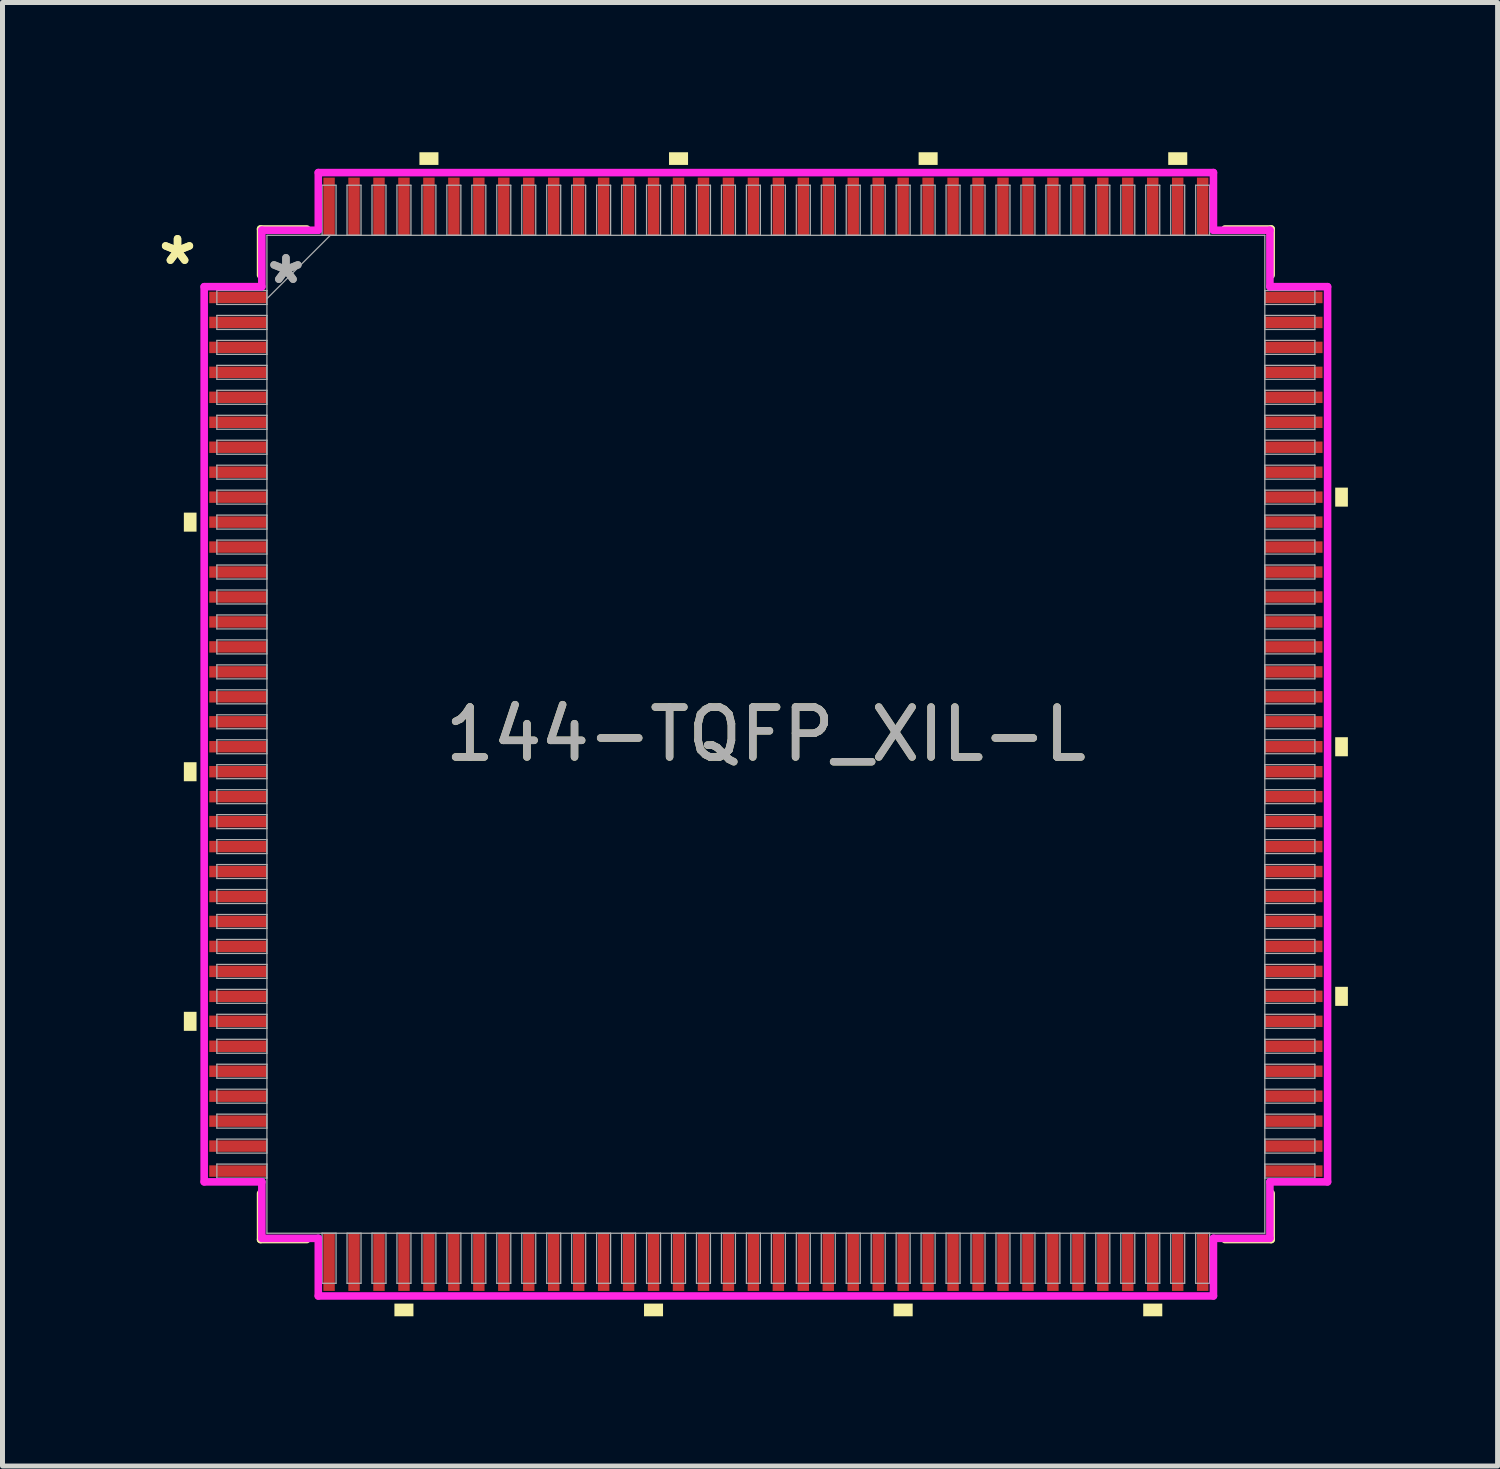
<source format=kicad_pcb>
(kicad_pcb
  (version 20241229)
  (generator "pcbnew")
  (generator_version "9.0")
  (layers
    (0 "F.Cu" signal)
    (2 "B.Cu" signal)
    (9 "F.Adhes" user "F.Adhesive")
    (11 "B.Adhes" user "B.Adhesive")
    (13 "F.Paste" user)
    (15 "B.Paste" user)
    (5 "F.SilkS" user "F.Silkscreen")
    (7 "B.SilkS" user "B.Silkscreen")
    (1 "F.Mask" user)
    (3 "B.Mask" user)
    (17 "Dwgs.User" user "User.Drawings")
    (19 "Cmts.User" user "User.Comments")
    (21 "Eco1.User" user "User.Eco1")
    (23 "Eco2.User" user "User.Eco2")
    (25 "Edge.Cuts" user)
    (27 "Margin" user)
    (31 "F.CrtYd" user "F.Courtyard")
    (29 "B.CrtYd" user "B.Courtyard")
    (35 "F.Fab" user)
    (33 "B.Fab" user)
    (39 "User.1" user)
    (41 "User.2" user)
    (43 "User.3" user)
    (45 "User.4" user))
  (footprint "144-TQFP_XIL-L"
    (layer "F.Cu")
    (at 12.292 11.659)
    (property "Reference" "144-TQFP_XIL-L" (at 0 0 0) (unlocked yes) (layer "F.SilkS") (effects (font (size 1 1) (thickness 0.15))))
    (attr smd)
    (fp_line (start -10.122 -10.122) (end -10.122 -9.197) (stroke (width 0.152) (type solid)) (layer "F.SilkS"))
    (fp_line (start -10.122 9.197) (end -10.122 10.122) (stroke (width 0.152) (type solid)) (layer "F.SilkS"))
    (fp_line (start -10.122 10.122) (end -9.197 10.122) (stroke (width 0.152) (type solid)) (layer "F.SilkS"))
    (fp_line (start -9.197 -10.122) (end -10.122 -10.122) (stroke (width 0.152) (type solid)) (layer "F.SilkS"))
    (fp_line (start 9.197 10.122) (end 10.122 10.122) (stroke (width 0.152) (type solid)) (layer "F.SilkS"))
    (fp_line (start 10.122 -10.122) (end 9.197 -10.122) (stroke (width 0.152) (type solid)) (layer "F.SilkS"))
    (fp_line (start 10.122 -9.197) (end 10.122 -10.122) (stroke (width 0.152) (type solid)) (layer "F.SilkS"))
    (fp_line (start 10.122 10.122) (end 10.122 9.197) (stroke (width 0.152) (type solid)) (layer "F.SilkS"))
    (fp_poly (pts (xy -11.659 -4.44) (xy -11.659 -4.059) (xy -11.405 -4.059) (xy -11.405 -4.44)) (stroke (width 0) (type solid)) (fill yes) (layer "F.SilkS"))
    (fp_poly (pts (xy -11.659 0.56) (xy -11.659 0.941) (xy -11.405 0.941) (xy -11.405 0.56)) (stroke (width 0) (type solid)) (fill yes) (layer "F.SilkS"))
    (fp_poly (pts (xy -11.659 5.56) (xy -11.659 5.941) (xy -11.405 5.941) (xy -11.405 5.56)) (stroke (width 0) (type solid)) (fill yes) (layer "F.SilkS"))
    (fp_poly (pts (xy -7.441 11.405) (xy -7.441 11.659) (xy -7.06 11.659) (xy -7.06 11.405)) (stroke (width 0) (type solid)) (fill yes) (layer "F.SilkS"))
    (fp_poly (pts (xy -6.94 -11.405) (xy -6.94 -11.659) (xy -6.559 -11.659) (xy -6.559 -11.405)) (stroke (width 0) (type solid)) (fill yes) (layer "F.SilkS"))
    (fp_poly (pts (xy -2.441 11.405) (xy -2.441 11.659) (xy -2.06 11.659) (xy -2.06 11.405)) (stroke (width 0) (type solid)) (fill yes) (layer "F.SilkS"))
    (fp_poly (pts (xy -1.94 -11.405) (xy -1.94 -11.659) (xy -1.559 -11.659) (xy -1.559 -11.405)) (stroke (width 0) (type solid)) (fill yes) (layer "F.SilkS"))
    (fp_poly (pts (xy 2.559 11.405) (xy 2.559 11.659) (xy 2.941 11.659) (xy 2.941 11.405)) (stroke (width 0) (type solid)) (fill yes) (layer "F.SilkS"))
    (fp_poly (pts (xy 3.06 -11.405) (xy 3.06 -11.659) (xy 3.441 -11.659) (xy 3.441 -11.405)) (stroke (width 0) (type solid)) (fill yes) (layer "F.SilkS"))
    (fp_poly (pts (xy 7.559 11.405) (xy 7.559 11.659) (xy 7.941 11.659) (xy 7.941 11.405)) (stroke (width 0) (type solid)) (fill yes) (layer "F.SilkS"))
    (fp_poly (pts (xy 8.06 -11.405) (xy 8.06 -11.659) (xy 8.441 -11.659) (xy 8.441 -11.405)) (stroke (width 0) (type solid)) (fill yes) (layer "F.SilkS"))
    (fp_poly (pts (xy 11.659 -4.941) (xy 11.659 -4.56) (xy 11.405 -4.56) (xy 11.405 -4.941)) (stroke (width 0) (type solid)) (fill yes) (layer "F.SilkS"))
    (fp_poly (pts (xy 11.659 0.059) (xy 11.659 0.441) (xy 11.405 0.441) (xy 11.405 0.059)) (stroke (width 0) (type solid)) (fill yes) (layer "F.SilkS"))
    (fp_poly (pts (xy 11.659 5.059) (xy 11.659 5.441) (xy 11.405 5.441) (xy 11.405 5.059)) (stroke (width 0) (type solid)) (fill yes) (layer "F.SilkS"))
    (fp_line (start -11.252 -8.966) (end -10.097 -8.966) (stroke (width 0.152) (type solid)) (layer "F.CrtYd"))
    (fp_line (start -11.252 8.966) (end -11.252 -8.966) (stroke (width 0.152) (type solid)) (layer "F.CrtYd"))
    (fp_line (start -10.097 -10.097) (end -8.966 -10.097) (stroke (width 0.152) (type solid)) (layer "F.CrtYd"))
    (fp_line (start -10.097 -8.966) (end -10.097 -10.097) (stroke (width 0.152) (type solid)) (layer "F.CrtYd"))
    (fp_line (start -10.097 8.966) (end -11.252 8.966) (stroke (width 0.152) (type solid)) (layer "F.CrtYd"))
    (fp_line (start -10.097 10.097) (end -10.097 8.966) (stroke (width 0.152) (type solid)) (layer "F.CrtYd"))
    (fp_line (start -10.097 10.097) (end -8.966 10.097) (stroke (width 0.152) (type solid)) (layer "F.CrtYd"))
    (fp_line (start -8.966 -11.252) (end 8.966 -11.252) (stroke (width 0.152) (type solid)) (layer "F.CrtYd"))
    (fp_line (start -8.966 -10.097) (end -8.966 -11.252) (stroke (width 0.152) (type solid)) (layer "F.CrtYd"))
    (fp_line (start -8.966 10.097) (end -8.966 11.252) (stroke (width 0.152) (type solid)) (layer "F.CrtYd"))
    (fp_line (start -8.966 11.252) (end 8.966 11.252) (stroke (width 0.152) (type solid)) (layer "F.CrtYd"))
    (fp_line (start 8.966 -11.252) (end 8.966 -10.097) (stroke (width 0.152) (type solid)) (layer "F.CrtYd"))
    (fp_line (start 8.966 -10.097) (end 10.097 -10.097) (stroke (width 0.152) (type solid)) (layer "F.CrtYd"))
    (fp_line (start 8.966 10.097) (end 10.097 10.097) (stroke (width 0.152) (type solid)) (layer "F.CrtYd"))
    (fp_line (start 8.966 11.252) (end 8.966 10.097) (stroke (width 0.152) (type solid)) (layer "F.CrtYd"))
    (fp_line (start 10.097 -8.966) (end 10.097 -10.097) (stroke (width 0.152) (type solid)) (layer "F.CrtYd"))
    (fp_line (start 10.097 8.966) (end 11.252 8.966) (stroke (width 0.152) (type solid)) (layer "F.CrtYd"))
    (fp_line (start 10.097 10.097) (end 10.097 8.966) (stroke (width 0.152) (type solid)) (layer "F.CrtYd"))
    (fp_line (start 11.252 -8.966) (end 10.097 -8.966) (stroke (width 0.152) (type solid)) (layer "F.CrtYd"))
    (fp_line (start 11.252 8.966) (end 11.252 -8.966) (stroke (width 0.152) (type solid)) (layer "F.CrtYd"))
    (fp_line (start -10.998 -8.89) (end -10.998 -8.61) (stroke (width 0.025) (type solid)) (layer "F.Fab"))
    (fp_line (start -10.998 -8.61) (end -9.995 -8.61) (stroke (width 0.025) (type solid)) (layer "F.Fab"))
    (fp_line (start -10.998 -8.39) (end -10.998 -8.11) (stroke (width 0.025) (type solid)) (layer "F.Fab"))
    (fp_line (start -10.998 -8.11) (end -9.995 -8.11) (stroke (width 0.025) (type solid)) (layer "F.Fab"))
    (fp_line (start -10.998 -7.89) (end -10.998 -7.61) (stroke (width 0.025) (type solid)) (layer "F.Fab"))
    (fp_line (start -10.998 -7.61) (end -9.995 -7.61) (stroke (width 0.025) (type solid)) (layer "F.Fab"))
    (fp_line (start -10.998 -7.39) (end -10.998 -7.11) (stroke (width 0.025) (type solid)) (layer "F.Fab"))
    (fp_line (start -10.998 -7.11) (end -9.995 -7.11) (stroke (width 0.025) (type solid)) (layer "F.Fab"))
    (fp_line (start -10.998 -6.89) (end -10.998 -6.61) (stroke (width 0.025) (type solid)) (layer "F.Fab"))
    (fp_line (start -10.998 -6.61) (end -9.995 -6.61) (stroke (width 0.025) (type solid)) (layer "F.Fab"))
    (fp_line (start -10.998 -6.39) (end -10.998 -6.11) (stroke (width 0.025) (type solid)) (layer "F.Fab"))
    (fp_line (start -10.998 -6.11) (end -9.995 -6.11) (stroke (width 0.025) (type solid)) (layer "F.Fab"))
    (fp_line (start -10.998 -5.89) (end -10.998 -5.61) (stroke (width 0.025) (type solid)) (layer "F.Fab"))
    (fp_line (start -10.998 -5.61) (end -9.995 -5.61) (stroke (width 0.025) (type solid)) (layer "F.Fab"))
    (fp_line (start -10.998 -5.39) (end -10.998 -5.11) (stroke (width 0.025) (type solid)) (layer "F.Fab"))
    (fp_line (start -10.998 -5.11) (end -9.995 -5.11) (stroke (width 0.025) (type solid)) (layer "F.Fab"))
    (fp_line (start -10.998 -4.89) (end -10.998 -4.61) (stroke (width 0.025) (type solid)) (layer "F.Fab"))
    (fp_line (start -10.998 -4.61) (end -9.995 -4.61) (stroke (width 0.025) (type solid)) (layer "F.Fab"))
    (fp_line (start -10.998 -4.39) (end -10.998 -4.11) (stroke (width 0.025) (type solid)) (layer "F.Fab"))
    (fp_line (start -10.998 -4.11) (end -9.995 -4.11) (stroke (width 0.025) (type solid)) (layer "F.Fab"))
    (fp_line (start -10.998 -3.89) (end -10.998 -3.61) (stroke (width 0.025) (type solid)) (layer "F.Fab"))
    (fp_line (start -10.998 -3.61) (end -9.995 -3.61) (stroke (width 0.025) (type solid)) (layer "F.Fab"))
    (fp_line (start -10.998 -3.39) (end -10.998 -3.11) (stroke (width 0.025) (type solid)) (layer "F.Fab"))
    (fp_line (start -10.998 -3.11) (end -9.995 -3.11) (stroke (width 0.025) (type solid)) (layer "F.Fab"))
    (fp_line (start -10.998 -2.89) (end -10.998 -2.61) (stroke (width 0.025) (type solid)) (layer "F.Fab"))
    (fp_line (start -10.998 -2.61) (end -9.995 -2.61) (stroke (width 0.025) (type solid)) (layer "F.Fab"))
    (fp_line (start -10.998 -2.39) (end -10.998 -2.11) (stroke (width 0.025) (type solid)) (layer "F.Fab"))
    (fp_line (start -10.998 -2.11) (end -9.995 -2.11) (stroke (width 0.025) (type solid)) (layer "F.Fab"))
    (fp_line (start -10.998 -1.89) (end -10.998 -1.61) (stroke (width 0.025) (type solid)) (layer "F.Fab"))
    (fp_line (start -10.998 -1.61) (end -9.995 -1.61) (stroke (width 0.025) (type solid)) (layer "F.Fab"))
    (fp_line (start -10.998 -1.39) (end -10.998 -1.11) (stroke (width 0.025) (type solid)) (layer "F.Fab"))
    (fp_line (start -10.998 -1.11) (end -9.995 -1.11) (stroke (width 0.025) (type solid)) (layer "F.Fab"))
    (fp_line (start -10.998 -0.89) (end -10.998 -0.61) (stroke (width 0.025) (type solid)) (layer "F.Fab"))
    (fp_line (start -10.998 -0.61) (end -9.995 -0.61) (stroke (width 0.025) (type solid)) (layer "F.Fab"))
    (fp_line (start -10.998 -0.39) (end -10.998 -0.11) (stroke (width 0.025) (type solid)) (layer "F.Fab"))
    (fp_line (start -10.998 -0.11) (end -9.995 -0.11) (stroke (width 0.025) (type solid)) (layer "F.Fab"))
    (fp_line (start -10.998 0.11) (end -10.998 0.39) (stroke (width 0.025) (type solid)) (layer "F.Fab"))
    (fp_line (start -10.998 0.39) (end -9.995 0.39) (stroke (width 0.025) (type solid)) (layer "F.Fab"))
    (fp_line (start -10.998 0.61) (end -10.998 0.89) (stroke (width 0.025) (type solid)) (layer "F.Fab"))
    (fp_line (start -10.998 0.89) (end -9.995 0.89) (stroke (width 0.025) (type solid)) (layer "F.Fab"))
    (fp_line (start -10.998 1.11) (end -10.998 1.39) (stroke (width 0.025) (type solid)) (layer "F.Fab"))
    (fp_line (start -10.998 1.39) (end -9.995 1.39) (stroke (width 0.025) (type solid)) (layer "F.Fab"))
    (fp_line (start -10.998 1.61) (end -10.998 1.89) (stroke (width 0.025) (type solid)) (layer "F.Fab"))
    (fp_line (start -10.998 1.89) (end -9.995 1.89) (stroke (width 0.025) (type solid)) (layer "F.Fab"))
    (fp_line (start -10.998 2.11) (end -10.998 2.39) (stroke (width 0.025) (type solid)) (layer "F.Fab"))
    (fp_line (start -10.998 2.39) (end -9.995 2.39) (stroke (width 0.025) (type solid)) (layer "F.Fab"))
    (fp_line (start -10.998 2.61) (end -10.998 2.89) (stroke (width 0.025) (type solid)) (layer "F.Fab"))
    (fp_line (start -10.998 2.89) (end -9.995 2.89) (stroke (width 0.025) (type solid)) (layer "F.Fab"))
    (fp_line (start -10.998 3.11) (end -10.998 3.39) (stroke (width 0.025) (type solid)) (layer "F.Fab"))
    (fp_line (start -10.998 3.39) (end -9.995 3.39) (stroke (width 0.025) (type solid)) (layer "F.Fab"))
    (fp_line (start -10.998 3.61) (end -10.998 3.89) (stroke (width 0.025) (type solid)) (layer "F.Fab"))
    (fp_line (start -10.998 3.89) (end -9.995 3.89) (stroke (width 0.025) (type solid)) (layer "F.Fab"))
    (fp_line (start -10.998 4.11) (end -10.998 4.39) (stroke (width 0.025) (type solid)) (layer "F.Fab"))
    (fp_line (start -10.998 4.39) (end -9.995 4.39) (stroke (width 0.025) (type solid)) (layer "F.Fab"))
    (fp_line (start -10.998 4.61) (end -10.998 4.89) (stroke (width 0.025) (type solid)) (layer "F.Fab"))
    (fp_line (start -10.998 4.89) (end -9.995 4.89) (stroke (width 0.025) (type solid)) (layer "F.Fab"))
    (fp_line (start -10.998 5.11) (end -10.998 5.39) (stroke (width 0.025) (type solid)) (layer "F.Fab"))
    (fp_line (start -10.998 5.39) (end -9.995 5.39) (stroke (width 0.025) (type solid)) (layer "F.Fab"))
    (fp_line (start -10.998 5.61) (end -10.998 5.89) (stroke (width 0.025) (type solid)) (layer "F.Fab"))
    (fp_line (start -10.998 5.89) (end -9.995 5.89) (stroke (width 0.025) (type solid)) (layer "F.Fab"))
    (fp_line (start -10.998 6.11) (end -10.998 6.39) (stroke (width 0.025) (type solid)) (layer "F.Fab"))
    (fp_line (start -10.998 6.39) (end -9.995 6.39) (stroke (width 0.025) (type solid)) (layer "F.Fab"))
    (fp_line (start -10.998 6.61) (end -10.998 6.89) (stroke (width 0.025) (type solid)) (layer "F.Fab"))
    (fp_line (start -10.998 6.89) (end -9.995 6.89) (stroke (width 0.025) (type solid)) (layer "F.Fab"))
    (fp_line (start -10.998 7.11) (end -10.998 7.39) (stroke (width 0.025) (type solid)) (layer "F.Fab"))
    (fp_line (start -10.998 7.39) (end -9.995 7.39) (stroke (width 0.025) (type solid)) (layer "F.Fab"))
    (fp_line (start -10.998 7.61) (end -10.998 7.89) (stroke (width 0.025) (type solid)) (layer "F.Fab"))
    (fp_line (start -10.998 7.89) (end -9.995 7.89) (stroke (width 0.025) (type solid)) (layer "F.Fab"))
    (fp_line (start -10.998 8.11) (end -10.998 8.39) (stroke (width 0.025) (type solid)) (layer "F.Fab"))
    (fp_line (start -10.998 8.39) (end -9.995 8.39) (stroke (width 0.025) (type solid)) (layer "F.Fab"))
    (fp_line (start -10.998 8.61) (end -10.998 8.89) (stroke (width 0.025) (type solid)) (layer "F.Fab"))
    (fp_line (start -10.998 8.89) (end -9.995 8.89) (stroke (width 0.025) (type solid)) (layer "F.Fab"))
    (fp_line (start -9.995 -9.995) (end -9.995 9.995) (stroke (width 0.025) (type solid)) (layer "F.Fab"))
    (fp_line (start -9.995 -8.89) (end -10.998 -8.89) (stroke (width 0.025) (type solid)) (layer "F.Fab"))
    (fp_line (start -9.995 -8.725) (end -8.725 -9.995) (stroke (width 0.025) (type solid)) (layer "F.Fab"))
    (fp_line (start -9.995 -8.61) (end -9.995 -8.89) (stroke (width 0.025) (type solid)) (layer "F.Fab"))
    (fp_line (start -9.995 -8.39) (end -10.998 -8.39) (stroke (width 0.025) (type solid)) (layer "F.Fab"))
    (fp_line (start -9.995 -8.11) (end -9.995 -8.39) (stroke (width 0.025) (type solid)) (layer "F.Fab"))
    (fp_line (start -9.995 -7.89) (end -10.998 -7.89) (stroke (width 0.025) (type solid)) (layer "F.Fab"))
    (fp_line (start -9.995 -7.61) (end -9.995 -7.89) (stroke (width 0.025) (type solid)) (layer "F.Fab"))
    (fp_line (start -9.995 -7.39) (end -10.998 -7.39) (stroke (width 0.025) (type solid)) (layer "F.Fab"))
    (fp_line (start -9.995 -7.11) (end -9.995 -7.39) (stroke (width 0.025) (type solid)) (layer "F.Fab"))
    (fp_line (start -9.995 -6.89) (end -10.998 -6.89) (stroke (width 0.025) (type solid)) (layer "F.Fab"))
    (fp_line (start -9.995 -6.61) (end -9.995 -6.89) (stroke (width 0.025) (type solid)) (layer "F.Fab"))
    (fp_line (start -9.995 -6.39) (end -10.998 -6.39) (stroke (width 0.025) (type solid)) (layer "F.Fab"))
    (fp_line (start -9.995 -6.11) (end -9.995 -6.39) (stroke (width 0.025) (type solid)) (layer "F.Fab"))
    (fp_line (start -9.995 -5.89) (end -10.998 -5.89) (stroke (width 0.025) (type solid)) (layer "F.Fab"))
    (fp_line (start -9.995 -5.61) (end -9.995 -5.89) (stroke (width 0.025) (type solid)) (layer "F.Fab"))
    (fp_line (start -9.995 -5.39) (end -10.998 -5.39) (stroke (width 0.025) (type solid)) (layer "F.Fab"))
    (fp_line (start -9.995 -5.11) (end -9.995 -5.39) (stroke (width 0.025) (type solid)) (layer "F.Fab"))
    (fp_line (start -9.995 -4.89) (end -10.998 -4.89) (stroke (width 0.025) (type solid)) (layer "F.Fab"))
    (fp_line (start -9.995 -4.61) (end -9.995 -4.89) (stroke (width 0.025) (type solid)) (layer "F.Fab"))
    (fp_line (start -9.995 -4.39) (end -10.998 -4.39) (stroke (width 0.025) (type solid)) (layer "F.Fab"))
    (fp_line (start -9.995 -4.11) (end -9.995 -4.39) (stroke (width 0.025) (type solid)) (layer "F.Fab"))
    (fp_line (start -9.995 -3.89) (end -10.998 -3.89) (stroke (width 0.025) (type solid)) (layer "F.Fab"))
    (fp_line (start -9.995 -3.61) (end -9.995 -3.89) (stroke (width 0.025) (type solid)) (layer "F.Fab"))
    (fp_line (start -9.995 -3.39) (end -10.998 -3.39) (stroke (width 0.025) (type solid)) (layer "F.Fab"))
    (fp_line (start -9.995 -3.11) (end -9.995 -3.39) (stroke (width 0.025) (type solid)) (layer "F.Fab"))
    (fp_line (start -9.995 -2.89) (end -10.998 -2.89) (stroke (width 0.025) (type solid)) (layer "F.Fab"))
    (fp_line (start -9.995 -2.61) (end -9.995 -2.89) (stroke (width 0.025) (type solid)) (layer "F.Fab"))
    (fp_line (start -9.995 -2.39) (end -10.998 -2.39) (stroke (width 0.025) (type solid)) (layer "F.Fab"))
    (fp_line (start -9.995 -2.11) (end -9.995 -2.39) (stroke (width 0.025) (type solid)) (layer "F.Fab"))
    (fp_line (start -9.995 -1.89) (end -10.998 -1.89) (stroke (width 0.025) (type solid)) (layer "F.Fab"))
    (fp_line (start -9.995 -1.61) (end -9.995 -1.89) (stroke (width 0.025) (type solid)) (layer "F.Fab"))
    (fp_line (start -9.995 -1.39) (end -10.998 -1.39) (stroke (width 0.025) (type solid)) (layer "F.Fab"))
    (fp_line (start -9.995 -1.11) (end -9.995 -1.39) (stroke (width 0.025) (type solid)) (layer "F.Fab"))
    (fp_line (start -9.995 -0.89) (end -10.998 -0.89) (stroke (width 0.025) (type solid)) (layer "F.Fab"))
    (fp_line (start -9.995 -0.61) (end -9.995 -0.89) (stroke (width 0.025) (type solid)) (layer "F.Fab"))
    (fp_line (start -9.995 -0.39) (end -10.998 -0.39) (stroke (width 0.025) (type solid)) (layer "F.Fab"))
    (fp_line (start -9.995 -0.11) (end -9.995 -0.39) (stroke (width 0.025) (type solid)) (layer "F.Fab"))
    (fp_line (start -9.995 0.11) (end -10.998 0.11) (stroke (width 0.025) (type solid)) (layer "F.Fab"))
    (fp_line (start -9.995 0.39) (end -9.995 0.11) (stroke (width 0.025) (type solid)) (layer "F.Fab"))
    (fp_line (start -9.995 0.61) (end -10.998 0.61) (stroke (width 0.025) (type solid)) (layer "F.Fab"))
    (fp_line (start -9.995 0.89) (end -9.995 0.61) (stroke (width 0.025) (type solid)) (layer "F.Fab"))
    (fp_line (start -9.995 1.11) (end -10.998 1.11) (stroke (width 0.025) (type solid)) (layer "F.Fab"))
    (fp_line (start -9.995 1.39) (end -9.995 1.11) (stroke (width 0.025) (type solid)) (layer "F.Fab"))
    (fp_line (start -9.995 1.61) (end -10.998 1.61) (stroke (width 0.025) (type solid)) (layer "F.Fab"))
    (fp_line (start -9.995 1.89) (end -9.995 1.61) (stroke (width 0.025) (type solid)) (layer "F.Fab"))
    (fp_line (start -9.995 2.11) (end -10.998 2.11) (stroke (width 0.025) (type solid)) (layer "F.Fab"))
    (fp_line (start -9.995 2.39) (end -9.995 2.11) (stroke (width 0.025) (type solid)) (layer "F.Fab"))
    (fp_line (start -9.995 2.61) (end -10.998 2.61) (stroke (width 0.025) (type solid)) (layer "F.Fab"))
    (fp_line (start -9.995 2.89) (end -9.995 2.61) (stroke (width 0.025) (type solid)) (layer "F.Fab"))
    (fp_line (start -9.995 3.11) (end -10.998 3.11) (stroke (width 0.025) (type solid)) (layer "F.Fab"))
    (fp_line (start -9.995 3.39) (end -9.995 3.11) (stroke (width 0.025) (type solid)) (layer "F.Fab"))
    (fp_line (start -9.995 3.61) (end -10.998 3.61) (stroke (width 0.025) (type solid)) (layer "F.Fab"))
    (fp_line (start -9.995 3.89) (end -9.995 3.61) (stroke (width 0.025) (type solid)) (layer "F.Fab"))
    (fp_line (start -9.995 4.11) (end -10.998 4.11) (stroke (width 0.025) (type solid)) (layer "F.Fab"))
    (fp_line (start -9.995 4.39) (end -9.995 4.11) (stroke (width 0.025) (type solid)) (layer "F.Fab"))
    (fp_line (start -9.995 4.61) (end -10.998 4.61) (stroke (width 0.025) (type solid)) (layer "F.Fab"))
    (fp_line (start -9.995 4.89) (end -9.995 4.61) (stroke (width 0.025) (type solid)) (layer "F.Fab"))
    (fp_line (start -9.995 5.11) (end -10.998 5.11) (stroke (width 0.025) (type solid)) (layer "F.Fab"))
    (fp_line (start -9.995 5.39) (end -9.995 5.11) (stroke (width 0.025) (type solid)) (layer "F.Fab"))
    (fp_line (start -9.995 5.61) (end -10.998 5.61) (stroke (width 0.025) (type solid)) (layer "F.Fab"))
    (fp_line (start -9.995 5.89) (end -9.995 5.61) (stroke (width 0.025) (type solid)) (layer "F.Fab"))
    (fp_line (start -9.995 6.11) (end -10.998 6.11) (stroke (width 0.025) (type solid)) (layer "F.Fab"))
    (fp_line (start -9.995 6.39) (end -9.995 6.11) (stroke (width 0.025) (type solid)) (layer "F.Fab"))
    (fp_line (start -9.995 6.61) (end -10.998 6.61) (stroke (width 0.025) (type solid)) (layer "F.Fab"))
    (fp_line (start -9.995 6.89) (end -9.995 6.61) (stroke (width 0.025) (type solid)) (layer "F.Fab"))
    (fp_line (start -9.995 7.11) (end -10.998 7.11) (stroke (width 0.025) (type solid)) (layer "F.Fab"))
    (fp_line (start -9.995 7.39) (end -9.995 7.11) (stroke (width 0.025) (type solid)) (layer "F.Fab"))
    (fp_line (start -9.995 7.61) (end -10.998 7.61) (stroke (width 0.025) (type solid)) (layer "F.Fab"))
    (fp_line (start -9.995 7.89) (end -9.995 7.61) (stroke (width 0.025) (type solid)) (layer "F.Fab"))
    (fp_line (start -9.995 8.11) (end -10.998 8.11) (stroke (width 0.025) (type solid)) (layer "F.Fab"))
    (fp_line (start -9.995 8.39) (end -9.995 8.11) (stroke (width 0.025) (type solid)) (layer "F.Fab"))
    (fp_line (start -9.995 8.61) (end -10.998 8.61) (stroke (width 0.025) (type solid)) (layer "F.Fab"))
    (fp_line (start -9.995 8.89) (end -9.995 8.61) (stroke (width 0.025) (type solid)) (layer "F.Fab"))
    (fp_line (start -9.995 9.995) (end 9.995 9.995) (stroke (width 0.025) (type solid)) (layer "F.Fab"))
    (fp_line (start -8.89 -10.998) (end -8.89 -9.995) (stroke (width 0.025) (type solid)) (layer "F.Fab"))
    (fp_line (start -8.89 -9.995) (end -8.61 -9.995) (stroke (width 0.025) (type solid)) (layer "F.Fab"))
    (fp_line (start -8.89 9.995) (end -8.89 10.998) (stroke (width 0.025) (type solid)) (layer "F.Fab"))
    (fp_line (start -8.89 10.998) (end -8.61 10.998) (stroke (width 0.025) (type solid)) (layer "F.Fab"))
    (fp_line (start -8.61 -10.998) (end -8.89 -10.998) (stroke (width 0.025) (type solid)) (layer "F.Fab"))
    (fp_line (start -8.61 -9.995) (end -8.61 -10.998) (stroke (width 0.025) (type solid)) (layer "F.Fab"))
    (fp_line (start -8.61 9.995) (end -8.89 9.995) (stroke (width 0.025) (type solid)) (layer "F.Fab"))
    (fp_line (start -8.61 10.998) (end -8.61 9.995) (stroke (width 0.025) (type solid)) (layer "F.Fab"))
    (fp_line (start -8.39 -10.998) (end -8.39 -9.995) (stroke (width 0.025) (type solid)) (layer "F.Fab"))
    (fp_line (start -8.39 -9.995) (end -8.11 -9.995) (stroke (width 0.025) (type solid)) (layer "F.Fab"))
    (fp_line (start -8.39 9.995) (end -8.39 10.998) (stroke (width 0.025) (type solid)) (layer "F.Fab"))
    (fp_line (start -8.39 10.998) (end -8.11 10.998) (stroke (width 0.025) (type solid)) (layer "F.Fab"))
    (fp_line (start -8.11 -10.998) (end -8.39 -10.998) (stroke (width 0.025) (type solid)) (layer "F.Fab"))
    (fp_line (start -8.11 -9.995) (end -8.11 -10.998) (stroke (width 0.025) (type solid)) (layer "F.Fab"))
    (fp_line (start -8.11 9.995) (end -8.39 9.995) (stroke (width 0.025) (type solid)) (layer "F.Fab"))
    (fp_line (start -8.11 10.998) (end -8.11 9.995) (stroke (width 0.025) (type solid)) (layer "F.Fab"))
    (fp_line (start -7.89 -10.998) (end -7.89 -9.995) (stroke (width 0.025) (type solid)) (layer "F.Fab"))
    (fp_line (start -7.89 -9.995) (end -7.61 -9.995) (stroke (width 0.025) (type solid)) (layer "F.Fab"))
    (fp_line (start -7.89 9.995) (end -7.89 10.998) (stroke (width 0.025) (type solid)) (layer "F.Fab"))
    (fp_line (start -7.89 10.998) (end -7.61 10.998) (stroke (width 0.025) (type solid)) (layer "F.Fab"))
    (fp_line (start -7.61 -10.998) (end -7.89 -10.998) (stroke (width 0.025) (type solid)) (layer "F.Fab"))
    (fp_line (start -7.61 -9.995) (end -7.61 -10.998) (stroke (width 0.025) (type solid)) (layer "F.Fab"))
    (fp_line (start -7.61 9.995) (end -7.89 9.995) (stroke (width 0.025) (type solid)) (layer "F.Fab"))
    (fp_line (start -7.61 10.998) (end -7.61 9.995) (stroke (width 0.025) (type solid)) (layer "F.Fab"))
    (fp_line (start -7.39 -10.998) (end -7.39 -9.995) (stroke (width 0.025) (type solid)) (layer "F.Fab"))
    (fp_line (start -7.39 -9.995) (end -7.11 -9.995) (stroke (width 0.025) (type solid)) (layer "F.Fab"))
    (fp_line (start -7.39 9.995) (end -7.39 10.998) (stroke (width 0.025) (type solid)) (layer "F.Fab"))
    (fp_line (start -7.39 10.998) (end -7.11 10.998) (stroke (width 0.025) (type solid)) (layer "F.Fab"))
    (fp_line (start -7.11 -10.998) (end -7.39 -10.998) (stroke (width 0.025) (type solid)) (layer "F.Fab"))
    (fp_line (start -7.11 -9.995) (end -7.11 -10.998) (stroke (width 0.025) (type solid)) (layer "F.Fab"))
    (fp_line (start -7.11 9.995) (end -7.39 9.995) (stroke (width 0.025) (type solid)) (layer "F.Fab"))
    (fp_line (start -7.11 10.998) (end -7.11 9.995) (stroke (width 0.025) (type solid)) (layer "F.Fab"))
    (fp_line (start -6.89 -10.998) (end -6.89 -9.995) (stroke (width 0.025) (type solid)) (layer "F.Fab"))
    (fp_line (start -6.89 -9.995) (end -6.61 -9.995) (stroke (width 0.025) (type solid)) (layer "F.Fab"))
    (fp_line (start -6.89 9.995) (end -6.89 10.998) (stroke (width 0.025) (type solid)) (layer "F.Fab"))
    (fp_line (start -6.89 10.998) (end -6.61 10.998) (stroke (width 0.025) (type solid)) (layer "F.Fab"))
    (fp_line (start -6.61 -10.998) (end -6.89 -10.998) (stroke (width 0.025) (type solid)) (layer "F.Fab"))
    (fp_line (start -6.61 -9.995) (end -6.61 -10.998) (stroke (width 0.025) (type solid)) (layer "F.Fab"))
    (fp_line (start -6.61 9.995) (end -6.89 9.995) (stroke (width 0.025) (type solid)) (layer "F.Fab"))
    (fp_line (start -6.61 10.998) (end -6.61 9.995) (stroke (width 0.025) (type solid)) (layer "F.Fab"))
    (fp_line (start -6.39 -10.998) (end -6.39 -9.995) (stroke (width 0.025) (type solid)) (layer "F.Fab"))
    (fp_line (start -6.39 -9.995) (end -6.11 -9.995) (stroke (width 0.025) (type solid)) (layer "F.Fab"))
    (fp_line (start -6.39 9.995) (end -6.39 10.998) (stroke (width 0.025) (type solid)) (layer "F.Fab"))
    (fp_line (start -6.39 10.998) (end -6.11 10.998) (stroke (width 0.025) (type solid)) (layer "F.Fab"))
    (fp_line (start -6.11 -10.998) (end -6.39 -10.998) (stroke (width 0.025) (type solid)) (layer "F.Fab"))
    (fp_line (start -6.11 -9.995) (end -6.11 -10.998) (stroke (width 0.025) (type solid)) (layer "F.Fab"))
    (fp_line (start -6.11 9.995) (end -6.39 9.995) (stroke (width 0.025) (type solid)) (layer "F.Fab"))
    (fp_line (start -6.11 10.998) (end -6.11 9.995) (stroke (width 0.025) (type solid)) (layer "F.Fab"))
    (fp_line (start -5.89 -10.998) (end -5.89 -9.995) (stroke (width 0.025) (type solid)) (layer "F.Fab"))
    (fp_line (start -5.89 -9.995) (end -5.61 -9.995) (stroke (width 0.025) (type solid)) (layer "F.Fab"))
    (fp_line (start -5.89 9.995) (end -5.89 10.998) (stroke (width 0.025) (type solid)) (layer "F.Fab"))
    (fp_line (start -5.89 10.998) (end -5.61 10.998) (stroke (width 0.025) (type solid)) (layer "F.Fab"))
    (fp_line (start -5.61 -10.998) (end -5.89 -10.998) (stroke (width 0.025) (type solid)) (layer "F.Fab"))
    (fp_line (start -5.61 -9.995) (end -5.61 -10.998) (stroke (width 0.025) (type solid)) (layer "F.Fab"))
    (fp_line (start -5.61 9.995) (end -5.89 9.995) (stroke (width 0.025) (type solid)) (layer "F.Fab"))
    (fp_line (start -5.61 10.998) (end -5.61 9.995) (stroke (width 0.025) (type solid)) (layer "F.Fab"))
    (fp_line (start -5.39 -10.998) (end -5.39 -9.995) (stroke (width 0.025) (type solid)) (layer "F.Fab"))
    (fp_line (start -5.39 -9.995) (end -5.11 -9.995) (stroke (width 0.025) (type solid)) (layer "F.Fab"))
    (fp_line (start -5.39 9.995) (end -5.39 10.998) (stroke (width 0.025) (type solid)) (layer "F.Fab"))
    (fp_line (start -5.39 10.998) (end -5.11 10.998) (stroke (width 0.025) (type solid)) (layer "F.Fab"))
    (fp_line (start -5.11 -10.998) (end -5.39 -10.998) (stroke (width 0.025) (type solid)) (layer "F.Fab"))
    (fp_line (start -5.11 -9.995) (end -5.11 -10.998) (stroke (width 0.025) (type solid)) (layer "F.Fab"))
    (fp_line (start -5.11 9.995) (end -5.39 9.995) (stroke (width 0.025) (type solid)) (layer "F.Fab"))
    (fp_line (start -5.11 10.998) (end -5.11 9.995) (stroke (width 0.025) (type solid)) (layer "F.Fab"))
    (fp_line (start -4.89 -10.998) (end -4.89 -9.995) (stroke (width 0.025) (type solid)) (layer "F.Fab"))
    (fp_line (start -4.89 -9.995) (end -4.61 -9.995) (stroke (width 0.025) (type solid)) (layer "F.Fab"))
    (fp_line (start -4.89 9.995) (end -4.89 10.998) (stroke (width 0.025) (type solid)) (layer "F.Fab"))
    (fp_line (start -4.89 10.998) (end -4.61 10.998) (stroke (width 0.025) (type solid)) (layer "F.Fab"))
    (fp_line (start -4.61 -10.998) (end -4.89 -10.998) (stroke (width 0.025) (type solid)) (layer "F.Fab"))
    (fp_line (start -4.61 -9.995) (end -4.61 -10.998) (stroke (width 0.025) (type solid)) (layer "F.Fab"))
    (fp_line (start -4.61 9.995) (end -4.89 9.995) (stroke (width 0.025) (type solid)) (layer "F.Fab"))
    (fp_line (start -4.61 10.998) (end -4.61 9.995) (stroke (width 0.025) (type solid)) (layer "F.Fab"))
    (fp_line (start -4.39 -10.998) (end -4.39 -9.995) (stroke (width 0.025) (type solid)) (layer "F.Fab"))
    (fp_line (start -4.39 -9.995) (end -4.11 -9.995) (stroke (width 0.025) (type solid)) (layer "F.Fab"))
    (fp_line (start -4.39 9.995) (end -4.39 10.998) (stroke (width 0.025) (type solid)) (layer "F.Fab"))
    (fp_line (start -4.39 10.998) (end -4.11 10.998) (stroke (width 0.025) (type solid)) (layer "F.Fab"))
    (fp_line (start -4.11 -10.998) (end -4.39 -10.998) (stroke (width 0.025) (type solid)) (layer "F.Fab"))
    (fp_line (start -4.11 -9.995) (end -4.11 -10.998) (stroke (width 0.025) (type solid)) (layer "F.Fab"))
    (fp_line (start -4.11 9.995) (end -4.39 9.995) (stroke (width 0.025) (type solid)) (layer "F.Fab"))
    (fp_line (start -4.11 10.998) (end -4.11 9.995) (stroke (width 0.025) (type solid)) (layer "F.Fab"))
    (fp_line (start -3.89 -10.998) (end -3.89 -9.995) (stroke (width 0.025) (type solid)) (layer "F.Fab"))
    (fp_line (start -3.89 -9.995) (end -3.61 -9.995) (stroke (width 0.025) (type solid)) (layer "F.Fab"))
    (fp_line (start -3.89 9.995) (end -3.89 10.998) (stroke (width 0.025) (type solid)) (layer "F.Fab"))
    (fp_line (start -3.89 10.998) (end -3.61 10.998) (stroke (width 0.025) (type solid)) (layer "F.Fab"))
    (fp_line (start -3.61 -10.998) (end -3.89 -10.998) (stroke (width 0.025) (type solid)) (layer "F.Fab"))
    (fp_line (start -3.61 -9.995) (end -3.61 -10.998) (stroke (width 0.025) (type solid)) (layer "F.Fab"))
    (fp_line (start -3.61 9.995) (end -3.89 9.995) (stroke (width 0.025) (type solid)) (layer "F.Fab"))
    (fp_line (start -3.61 10.998) (end -3.61 9.995) (stroke (width 0.025) (type solid)) (layer "F.Fab"))
    (fp_line (start -3.39 -10.998) (end -3.39 -9.995) (stroke (width 0.025) (type solid)) (layer "F.Fab"))
    (fp_line (start -3.39 -9.995) (end -3.11 -9.995) (stroke (width 0.025) (type solid)) (layer "F.Fab"))
    (fp_line (start -3.39 9.995) (end -3.39 10.998) (stroke (width 0.025) (type solid)) (layer "F.Fab"))
    (fp_line (start -3.39 10.998) (end -3.11 10.998) (stroke (width 0.025) (type solid)) (layer "F.Fab"))
    (fp_line (start -3.11 -10.998) (end -3.39 -10.998) (stroke (width 0.025) (type solid)) (layer "F.Fab"))
    (fp_line (start -3.11 -9.995) (end -3.11 -10.998) (stroke (width 0.025) (type solid)) (layer "F.Fab"))
    (fp_line (start -3.11 9.995) (end -3.39 9.995) (stroke (width 0.025) (type solid)) (layer "F.Fab"))
    (fp_line (start -3.11 10.998) (end -3.11 9.995) (stroke (width 0.025) (type solid)) (layer "F.Fab"))
    (fp_line (start -2.89 -10.998) (end -2.89 -9.995) (stroke (width 0.025) (type solid)) (layer "F.Fab"))
    (fp_line (start -2.89 -9.995) (end -2.61 -9.995) (stroke (width 0.025) (type solid)) (layer "F.Fab"))
    (fp_line (start -2.89 9.995) (end -2.89 10.998) (stroke (width 0.025) (type solid)) (layer "F.Fab"))
    (fp_line (start -2.89 10.998) (end -2.61 10.998) (stroke (width 0.025) (type solid)) (layer "F.Fab"))
    (fp_line (start -2.61 -10.998) (end -2.89 -10.998) (stroke (width 0.025) (type solid)) (layer "F.Fab"))
    (fp_line (start -2.61 -9.995) (end -2.61 -10.998) (stroke (width 0.025) (type solid)) (layer "F.Fab"))
    (fp_line (start -2.61 9.995) (end -2.89 9.995) (stroke (width 0.025) (type solid)) (layer "F.Fab"))
    (fp_line (start -2.61 10.998) (end -2.61 9.995) (stroke (width 0.025) (type solid)) (layer "F.Fab"))
    (fp_line (start -2.39 -10.998) (end -2.39 -9.995) (stroke (width 0.025) (type solid)) (layer "F.Fab"))
    (fp_line (start -2.39 -9.995) (end -2.11 -9.995) (stroke (width 0.025) (type solid)) (layer "F.Fab"))
    (fp_line (start -2.39 9.995) (end -2.39 10.998) (stroke (width 0.025) (type solid)) (layer "F.Fab"))
    (fp_line (start -2.39 10.998) (end -2.11 10.998) (stroke (width 0.025) (type solid)) (layer "F.Fab"))
    (fp_line (start -2.11 -10.998) (end -2.39 -10.998) (stroke (width 0.025) (type solid)) (layer "F.Fab"))
    (fp_line (start -2.11 -9.995) (end -2.11 -10.998) (stroke (width 0.025) (type solid)) (layer "F.Fab"))
    (fp_line (start -2.11 9.995) (end -2.39 9.995) (stroke (width 0.025) (type solid)) (layer "F.Fab"))
    (fp_line (start -2.11 10.998) (end -2.11 9.995) (stroke (width 0.025) (type solid)) (layer "F.Fab"))
    (fp_line (start -1.89 -10.998) (end -1.89 -9.995) (stroke (width 0.025) (type solid)) (layer "F.Fab"))
    (fp_line (start -1.89 -9.995) (end -1.61 -9.995) (stroke (width 0.025) (type solid)) (layer "F.Fab"))
    (fp_line (start -1.89 9.995) (end -1.89 10.998) (stroke (width 0.025) (type solid)) (layer "F.Fab"))
    (fp_line (start -1.89 10.998) (end -1.61 10.998) (stroke (width 0.025) (type solid)) (layer "F.Fab"))
    (fp_line (start -1.61 -10.998) (end -1.89 -10.998) (stroke (width 0.025) (type solid)) (layer "F.Fab"))
    (fp_line (start -1.61 -9.995) (end -1.61 -10.998) (stroke (width 0.025) (type solid)) (layer "F.Fab"))
    (fp_line (start -1.61 9.995) (end -1.89 9.995) (stroke (width 0.025) (type solid)) (layer "F.Fab"))
    (fp_line (start -1.61 10.998) (end -1.61 9.995) (stroke (width 0.025) (type solid)) (layer "F.Fab"))
    (fp_line (start -1.39 -10.998) (end -1.39 -9.995) (stroke (width 0.025) (type solid)) (layer "F.Fab"))
    (fp_line (start -1.39 -9.995) (end -1.11 -9.995) (stroke (width 0.025) (type solid)) (layer "F.Fab"))
    (fp_line (start -1.39 9.995) (end -1.39 10.998) (stroke (width 0.025) (type solid)) (layer "F.Fab"))
    (fp_line (start -1.39 10.998) (end -1.11 10.998) (stroke (width 0.025) (type solid)) (layer "F.Fab"))
    (fp_line (start -1.11 -10.998) (end -1.39 -10.998) (stroke (width 0.025) (type solid)) (layer "F.Fab"))
    (fp_line (start -1.11 -9.995) (end -1.11 -10.998) (stroke (width 0.025) (type solid)) (layer "F.Fab"))
    (fp_line (start -1.11 9.995) (end -1.39 9.995) (stroke (width 0.025) (type solid)) (layer "F.Fab"))
    (fp_line (start -1.11 10.998) (end -1.11 9.995) (stroke (width 0.025) (type solid)) (layer "F.Fab"))
    (fp_line (start -0.89 -10.998) (end -0.89 -9.995) (stroke (width 0.025) (type solid)) (layer "F.Fab"))
    (fp_line (start -0.89 -9.995) (end -0.61 -9.995) (stroke (width 0.025) (type solid)) (layer "F.Fab"))
    (fp_line (start -0.89 9.995) (end -0.89 10.998) (stroke (width 0.025) (type solid)) (layer "F.Fab"))
    (fp_line (start -0.89 10.998) (end -0.61 10.998) (stroke (width 0.025) (type solid)) (layer "F.Fab"))
    (fp_line (start -0.61 -10.998) (end -0.89 -10.998) (stroke (width 0.025) (type solid)) (layer "F.Fab"))
    (fp_line (start -0.61 -9.995) (end -0.61 -10.998) (stroke (width 0.025) (type solid)) (layer "F.Fab"))
    (fp_line (start -0.61 9.995) (end -0.89 9.995) (stroke (width 0.025) (type solid)) (layer "F.Fab"))
    (fp_line (start -0.61 10.998) (end -0.61 9.995) (stroke (width 0.025) (type solid)) (layer "F.Fab"))
    (fp_line (start -0.39 -10.998) (end -0.39 -9.995) (stroke (width 0.025) (type solid)) (layer "F.Fab"))
    (fp_line (start -0.39 -9.995) (end -0.11 -9.995) (stroke (width 0.025) (type solid)) (layer "F.Fab"))
    (fp_line (start -0.39 9.995) (end -0.39 10.998) (stroke (width 0.025) (type solid)) (layer "F.Fab"))
    (fp_line (start -0.39 10.998) (end -0.11 10.998) (stroke (width 0.025) (type solid)) (layer "F.Fab"))
    (fp_line (start -0.11 -10.998) (end -0.39 -10.998) (stroke (width 0.025) (type solid)) (layer "F.Fab"))
    (fp_line (start -0.11 -9.995) (end -0.11 -10.998) (stroke (width 0.025) (type solid)) (layer "F.Fab"))
    (fp_line (start -0.11 9.995) (end -0.39 9.995) (stroke (width 0.025) (type solid)) (layer "F.Fab"))
    (fp_line (start -0.11 10.998) (end -0.11 9.995) (stroke (width 0.025) (type solid)) (layer "F.Fab"))
    (fp_line (start 0.11 -10.998) (end 0.11 -9.995) (stroke (width 0.025) (type solid)) (layer "F.Fab"))
    (fp_line (start 0.11 -9.995) (end 0.39 -9.995) (stroke (width 0.025) (type solid)) (layer "F.Fab"))
    (fp_line (start 0.11 9.995) (end 0.11 10.998) (stroke (width 0.025) (type solid)) (layer "F.Fab"))
    (fp_line (start 0.11 10.998) (end 0.39 10.998) (stroke (width 0.025) (type solid)) (layer "F.Fab"))
    (fp_line (start 0.39 -10.998) (end 0.11 -10.998) (stroke (width 0.025) (type solid)) (layer "F.Fab"))
    (fp_line (start 0.39 -9.995) (end 0.39 -10.998) (stroke (width 0.025) (type solid)) (layer "F.Fab"))
    (fp_line (start 0.39 9.995) (end 0.11 9.995) (stroke (width 0.025) (type solid)) (layer "F.Fab"))
    (fp_line (start 0.39 10.998) (end 0.39 9.995) (stroke (width 0.025) (type solid)) (layer "F.Fab"))
    (fp_line (start 0.61 -10.998) (end 0.61 -9.995) (stroke (width 0.025) (type solid)) (layer "F.Fab"))
    (fp_line (start 0.61 -9.995) (end 0.89 -9.995) (stroke (width 0.025) (type solid)) (layer "F.Fab"))
    (fp_line (start 0.61 9.995) (end 0.61 10.998) (stroke (width 0.025) (type solid)) (layer "F.Fab"))
    (fp_line (start 0.61 10.998) (end 0.89 10.998) (stroke (width 0.025) (type solid)) (layer "F.Fab"))
    (fp_line (start 0.89 -10.998) (end 0.61 -10.998) (stroke (width 0.025) (type solid)) (layer "F.Fab"))
    (fp_line (start 0.89 -9.995) (end 0.89 -10.998) (stroke (width 0.025) (type solid)) (layer "F.Fab"))
    (fp_line (start 0.89 9.995) (end 0.61 9.995) (stroke (width 0.025) (type solid)) (layer "F.Fab"))
    (fp_line (start 0.89 10.998) (end 0.89 9.995) (stroke (width 0.025) (type solid)) (layer "F.Fab"))
    (fp_line (start 1.11 -10.998) (end 1.11 -9.995) (stroke (width 0.025) (type solid)) (layer "F.Fab"))
    (fp_line (start 1.11 -9.995) (end 1.39 -9.995) (stroke (width 0.025) (type solid)) (layer "F.Fab"))
    (fp_line (start 1.11 9.995) (end 1.11 10.998) (stroke (width 0.025) (type solid)) (layer "F.Fab"))
    (fp_line (start 1.11 10.998) (end 1.39 10.998) (stroke (width 0.025) (type solid)) (layer "F.Fab"))
    (fp_line (start 1.39 -10.998) (end 1.11 -10.998) (stroke (width 0.025) (type solid)) (layer "F.Fab"))
    (fp_line (start 1.39 -9.995) (end 1.39 -10.998) (stroke (width 0.025) (type solid)) (layer "F.Fab"))
    (fp_line (start 1.39 9.995) (end 1.11 9.995) (stroke (width 0.025) (type solid)) (layer "F.Fab"))
    (fp_line (start 1.39 10.998) (end 1.39 9.995) (stroke (width 0.025) (type solid)) (layer "F.Fab"))
    (fp_line (start 1.61 -10.998) (end 1.61 -9.995) (stroke (width 0.025) (type solid)) (layer "F.Fab"))
    (fp_line (start 1.61 -9.995) (end 1.89 -9.995) (stroke (width 0.025) (type solid)) (layer "F.Fab"))
    (fp_line (start 1.61 9.995) (end 1.61 10.998) (stroke (width 0.025) (type solid)) (layer "F.Fab"))
    (fp_line (start 1.61 10.998) (end 1.89 10.998) (stroke (width 0.025) (type solid)) (layer "F.Fab"))
    (fp_line (start 1.89 -10.998) (end 1.61 -10.998) (stroke (width 0.025) (type solid)) (layer "F.Fab"))
    (fp_line (start 1.89 -9.995) (end 1.89 -10.998) (stroke (width 0.025) (type solid)) (layer "F.Fab"))
    (fp_line (start 1.89 9.995) (end 1.61 9.995) (stroke (width 0.025) (type solid)) (layer "F.Fab"))
    (fp_line (start 1.89 10.998) (end 1.89 9.995) (stroke (width 0.025) (type solid)) (layer "F.Fab"))
    (fp_line (start 2.11 -10.998) (end 2.11 -9.995) (stroke (width 0.025) (type solid)) (layer "F.Fab"))
    (fp_line (start 2.11 -9.995) (end 2.39 -9.995) (stroke (width 0.025) (type solid)) (layer "F.Fab"))
    (fp_line (start 2.11 9.995) (end 2.11 10.998) (stroke (width 0.025) (type solid)) (layer "F.Fab"))
    (fp_line (start 2.11 10.998) (end 2.39 10.998) (stroke (width 0.025) (type solid)) (layer "F.Fab"))
    (fp_line (start 2.39 -10.998) (end 2.11 -10.998) (stroke (width 0.025) (type solid)) (layer "F.Fab"))
    (fp_line (start 2.39 -9.995) (end 2.39 -10.998) (stroke (width 0.025) (type solid)) (layer "F.Fab"))
    (fp_line (start 2.39 9.995) (end 2.11 9.995) (stroke (width 0.025) (type solid)) (layer "F.Fab"))
    (fp_line (start 2.39 10.998) (end 2.39 9.995) (stroke (width 0.025) (type solid)) (layer "F.Fab"))
    (fp_line (start 2.61 -10.998) (end 2.61 -9.995) (stroke (width 0.025) (type solid)) (layer "F.Fab"))
    (fp_line (start 2.61 -9.995) (end 2.89 -9.995) (stroke (width 0.025) (type solid)) (layer "F.Fab"))
    (fp_line (start 2.61 9.995) (end 2.61 10.998) (stroke (width 0.025) (type solid)) (layer "F.Fab"))
    (fp_line (start 2.61 10.998) (end 2.89 10.998) (stroke (width 0.025) (type solid)) (layer "F.Fab"))
    (fp_line (start 2.89 -10.998) (end 2.61 -10.998) (stroke (width 0.025) (type solid)) (layer "F.Fab"))
    (fp_line (start 2.89 -9.995) (end 2.89 -10.998) (stroke (width 0.025) (type solid)) (layer "F.Fab"))
    (fp_line (start 2.89 9.995) (end 2.61 9.995) (stroke (width 0.025) (type solid)) (layer "F.Fab"))
    (fp_line (start 2.89 10.998) (end 2.89 9.995) (stroke (width 0.025) (type solid)) (layer "F.Fab"))
    (fp_line (start 3.11 -10.998) (end 3.11 -9.995) (stroke (width 0.025) (type solid)) (layer "F.Fab"))
    (fp_line (start 3.11 -9.995) (end 3.39 -9.995) (stroke (width 0.025) (type solid)) (layer "F.Fab"))
    (fp_line (start 3.11 9.995) (end 3.11 10.998) (stroke (width 0.025) (type solid)) (layer "F.Fab"))
    (fp_line (start 3.11 10.998) (end 3.39 10.998) (stroke (width 0.025) (type solid)) (layer "F.Fab"))
    (fp_line (start 3.39 -10.998) (end 3.11 -10.998) (stroke (width 0.025) (type solid)) (layer "F.Fab"))
    (fp_line (start 3.39 -9.995) (end 3.39 -10.998) (stroke (width 0.025) (type solid)) (layer "F.Fab"))
    (fp_line (start 3.39 9.995) (end 3.11 9.995) (stroke (width 0.025) (type solid)) (layer "F.Fab"))
    (fp_line (start 3.39 10.998) (end 3.39 9.995) (stroke (width 0.025) (type solid)) (layer "F.Fab"))
    (fp_line (start 3.61 -10.998) (end 3.61 -9.995) (stroke (width 0.025) (type solid)) (layer "F.Fab"))
    (fp_line (start 3.61 -9.995) (end 3.89 -9.995) (stroke (width 0.025) (type solid)) (layer "F.Fab"))
    (fp_line (start 3.61 9.995) (end 3.61 10.998) (stroke (width 0.025) (type solid)) (layer "F.Fab"))
    (fp_line (start 3.61 10.998) (end 3.89 10.998) (stroke (width 0.025) (type solid)) (layer "F.Fab"))
    (fp_line (start 3.89 -10.998) (end 3.61 -10.998) (stroke (width 0.025) (type solid)) (layer "F.Fab"))
    (fp_line (start 3.89 -9.995) (end 3.89 -10.998) (stroke (width 0.025) (type solid)) (layer "F.Fab"))
    (fp_line (start 3.89 9.995) (end 3.61 9.995) (stroke (width 0.025) (type solid)) (layer "F.Fab"))
    (fp_line (start 3.89 10.998) (end 3.89 9.995) (stroke (width 0.025) (type solid)) (layer "F.Fab"))
    (fp_line (start 4.11 -10.998) (end 4.11 -9.995) (stroke (width 0.025) (type solid)) (layer "F.Fab"))
    (fp_line (start 4.11 -9.995) (end 4.39 -9.995) (stroke (width 0.025) (type solid)) (layer "F.Fab"))
    (fp_line (start 4.11 9.995) (end 4.11 10.998) (stroke (width 0.025) (type solid)) (layer "F.Fab"))
    (fp_line (start 4.11 10.998) (end 4.39 10.998) (stroke (width 0.025) (type solid)) (layer "F.Fab"))
    (fp_line (start 4.39 -10.998) (end 4.11 -10.998) (stroke (width 0.025) (type solid)) (layer "F.Fab"))
    (fp_line (start 4.39 -9.995) (end 4.39 -10.998) (stroke (width 0.025) (type solid)) (layer "F.Fab"))
    (fp_line (start 4.39 9.995) (end 4.11 9.995) (stroke (width 0.025) (type solid)) (layer "F.Fab"))
    (fp_line (start 4.39 10.998) (end 4.39 9.995) (stroke (width 0.025) (type solid)) (layer "F.Fab"))
    (fp_line (start 4.61 -10.998) (end 4.61 -9.995) (stroke (width 0.025) (type solid)) (layer "F.Fab"))
    (fp_line (start 4.61 -9.995) (end 4.89 -9.995) (stroke (width 0.025) (type solid)) (layer "F.Fab"))
    (fp_line (start 4.61 9.995) (end 4.61 10.998) (stroke (width 0.025) (type solid)) (layer "F.Fab"))
    (fp_line (start 4.61 10.998) (end 4.89 10.998) (stroke (width 0.025) (type solid)) (layer "F.Fab"))
    (fp_line (start 4.89 -10.998) (end 4.61 -10.998) (stroke (width 0.025) (type solid)) (layer "F.Fab"))
    (fp_line (start 4.89 -9.995) (end 4.89 -10.998) (stroke (width 0.025) (type solid)) (layer "F.Fab"))
    (fp_line (start 4.89 9.995) (end 4.61 9.995) (stroke (width 0.025) (type solid)) (layer "F.Fab"))
    (fp_line (start 4.89 10.998) (end 4.89 9.995) (stroke (width 0.025) (type solid)) (layer "F.Fab"))
    (fp_line (start 5.11 -10.998) (end 5.11 -9.995) (stroke (width 0.025) (type solid)) (layer "F.Fab"))
    (fp_line (start 5.11 -9.995) (end 5.39 -9.995) (stroke (width 0.025) (type solid)) (layer "F.Fab"))
    (fp_line (start 5.11 9.995) (end 5.11 10.998) (stroke (width 0.025) (type solid)) (layer "F.Fab"))
    (fp_line (start 5.11 10.998) (end 5.39 10.998) (stroke (width 0.025) (type solid)) (layer "F.Fab"))
    (fp_line (start 5.39 -10.998) (end 5.11 -10.998) (stroke (width 0.025) (type solid)) (layer "F.Fab"))
    (fp_line (start 5.39 -9.995) (end 5.39 -10.998) (stroke (width 0.025) (type solid)) (layer "F.Fab"))
    (fp_line (start 5.39 9.995) (end 5.11 9.995) (stroke (width 0.025) (type solid)) (layer "F.Fab"))
    (fp_line (start 5.39 10.998) (end 5.39 9.995) (stroke (width 0.025) (type solid)) (layer "F.Fab"))
    (fp_line (start 5.61 -10.998) (end 5.61 -9.995) (stroke (width 0.025) (type solid)) (layer "F.Fab"))
    (fp_line (start 5.61 -9.995) (end 5.89 -9.995) (stroke (width 0.025) (type solid)) (layer "F.Fab"))
    (fp_line (start 5.61 9.995) (end 5.61 10.998) (stroke (width 0.025) (type solid)) (layer "F.Fab"))
    (fp_line (start 5.61 10.998) (end 5.89 10.998) (stroke (width 0.025) (type solid)) (layer "F.Fab"))
    (fp_line (start 5.89 -10.998) (end 5.61 -10.998) (stroke (width 0.025) (type solid)) (layer "F.Fab"))
    (fp_line (start 5.89 -9.995) (end 5.89 -10.998) (stroke (width 0.025) (type solid)) (layer "F.Fab"))
    (fp_line (start 5.89 9.995) (end 5.61 9.995) (stroke (width 0.025) (type solid)) (layer "F.Fab"))
    (fp_line (start 5.89 10.998) (end 5.89 9.995) (stroke (width 0.025) (type solid)) (layer "F.Fab"))
    (fp_line (start 6.11 -10.998) (end 6.11 -9.995) (stroke (width 0.025) (type solid)) (layer "F.Fab"))
    (fp_line (start 6.11 -9.995) (end 6.39 -9.995) (stroke (width 0.025) (type solid)) (layer "F.Fab"))
    (fp_line (start 6.11 9.995) (end 6.11 10.998) (stroke (width 0.025) (type solid)) (layer "F.Fab"))
    (fp_line (start 6.11 10.998) (end 6.39 10.998) (stroke (width 0.025) (type solid)) (layer "F.Fab"))
    (fp_line (start 6.39 -10.998) (end 6.11 -10.998) (stroke (width 0.025) (type solid)) (layer "F.Fab"))
    (fp_line (start 6.39 -9.995) (end 6.39 -10.998) (stroke (width 0.025) (type solid)) (layer "F.Fab"))
    (fp_line (start 6.39 9.995) (end 6.11 9.995) (stroke (width 0.025) (type solid)) (layer "F.Fab"))
    (fp_line (start 6.39 10.998) (end 6.39 9.995) (stroke (width 0.025) (type solid)) (layer "F.Fab"))
    (fp_line (start 6.61 -10.998) (end 6.61 -9.995) (stroke (width 0.025) (type solid)) (layer "F.Fab"))
    (fp_line (start 6.61 -9.995) (end 6.89 -9.995) (stroke (width 0.025) (type solid)) (layer "F.Fab"))
    (fp_line (start 6.61 9.995) (end 6.61 10.998) (stroke (width 0.025) (type solid)) (layer "F.Fab"))
    (fp_line (start 6.61 10.998) (end 6.89 10.998) (stroke (width 0.025) (type solid)) (layer "F.Fab"))
    (fp_line (start 6.89 -10.998) (end 6.61 -10.998) (stroke (width 0.025) (type solid)) (layer "F.Fab"))
    (fp_line (start 6.89 -9.995) (end 6.89 -10.998) (stroke (width 0.025) (type solid)) (layer "F.Fab"))
    (fp_line (start 6.89 9.995) (end 6.61 9.995) (stroke (width 0.025) (type solid)) (layer "F.Fab"))
    (fp_line (start 6.89 10.998) (end 6.89 9.995) (stroke (width 0.025) (type solid)) (layer "F.Fab"))
    (fp_line (start 7.11 -10.998) (end 7.11 -9.995) (stroke (width 0.025) (type solid)) (layer "F.Fab"))
    (fp_line (start 7.11 -9.995) (end 7.39 -9.995) (stroke (width 0.025) (type solid)) (layer "F.Fab"))
    (fp_line (start 7.11 9.995) (end 7.11 10.998) (stroke (width 0.025) (type solid)) (layer "F.Fab"))
    (fp_line (start 7.11 10.998) (end 7.39 10.998) (stroke (width 0.025) (type solid)) (layer "F.Fab"))
    (fp_line (start 7.39 -10.998) (end 7.11 -10.998) (stroke (width 0.025) (type solid)) (layer "F.Fab"))
    (fp_line (start 7.39 -9.995) (end 7.39 -10.998) (stroke (width 0.025) (type solid)) (layer "F.Fab"))
    (fp_line (start 7.39 9.995) (end 7.11 9.995) (stroke (width 0.025) (type solid)) (layer "F.Fab"))
    (fp_line (start 7.39 10.998) (end 7.39 9.995) (stroke (width 0.025) (type solid)) (layer "F.Fab"))
    (fp_line (start 7.61 -10.998) (end 7.61 -9.995) (stroke (width 0.025) (type solid)) (layer "F.Fab"))
    (fp_line (start 7.61 -9.995) (end 7.89 -9.995) (stroke (width 0.025) (type solid)) (layer "F.Fab"))
    (fp_line (start 7.61 9.995) (end 7.61 10.998) (stroke (width 0.025) (type solid)) (layer "F.Fab"))
    (fp_line (start 7.61 10.998) (end 7.89 10.998) (stroke (width 0.025) (type solid)) (layer "F.Fab"))
    (fp_line (start 7.89 -10.998) (end 7.61 -10.998) (stroke (width 0.025) (type solid)) (layer "F.Fab"))
    (fp_line (start 7.89 -9.995) (end 7.89 -10.998) (stroke (width 0.025) (type solid)) (layer "F.Fab"))
    (fp_line (start 7.89 9.995) (end 7.61 9.995) (stroke (width 0.025) (type solid)) (layer "F.Fab"))
    (fp_line (start 7.89 10.998) (end 7.89 9.995) (stroke (width 0.025) (type solid)) (layer "F.Fab"))
    (fp_line (start 8.11 -10.998) (end 8.11 -9.995) (stroke (width 0.025) (type solid)) (layer "F.Fab"))
    (fp_line (start 8.11 -9.995) (end 8.39 -9.995) (stroke (width 0.025) (type solid)) (layer "F.Fab"))
    (fp_line (start 8.11 9.995) (end 8.11 10.998) (stroke (width 0.025) (type solid)) (layer "F.Fab"))
    (fp_line (start 8.11 10.998) (end 8.39 10.998) (stroke (width 0.025) (type solid)) (layer "F.Fab"))
    (fp_line (start 8.39 -10.998) (end 8.11 -10.998) (stroke (width 0.025) (type solid)) (layer "F.Fab"))
    (fp_line (start 8.39 -9.995) (end 8.39 -10.998) (stroke (width 0.025) (type solid)) (layer "F.Fab"))
    (fp_line (start 8.39 9.995) (end 8.11 9.995) (stroke (width 0.025) (type solid)) (layer "F.Fab"))
    (fp_line (start 8.39 10.998) (end 8.39 9.995) (stroke (width 0.025) (type solid)) (layer "F.Fab"))
    (fp_line (start 8.61 -10.998) (end 8.61 -9.995) (stroke (width 0.025) (type solid)) (layer "F.Fab"))
    (fp_line (start 8.61 -9.995) (end 8.89 -9.995) (stroke (width 0.025) (type solid)) (layer "F.Fab"))
    (fp_line (start 8.61 9.995) (end 8.61 10.998) (stroke (width 0.025) (type solid)) (layer "F.Fab"))
    (fp_line (start 8.61 10.998) (end 8.89 10.998) (stroke (width 0.025) (type solid)) (layer "F.Fab"))
    (fp_line (start 8.89 -10.998) (end 8.61 -10.998) (stroke (width 0.025) (type solid)) (layer "F.Fab"))
    (fp_line (start 8.89 -9.995) (end 8.89 -10.998) (stroke (width 0.025) (type solid)) (layer "F.Fab"))
    (fp_line (start 8.89 9.995) (end 8.61 9.995) (stroke (width 0.025) (type solid)) (layer "F.Fab"))
    (fp_line (start 8.89 10.998) (end 8.89 9.995) (stroke (width 0.025) (type solid)) (layer "F.Fab"))
    (fp_line (start 9.995 -9.995) (end -9.995 -9.995) (stroke (width 0.025) (type solid)) (layer "F.Fab"))
    (fp_line (start 9.995 -8.89) (end 9.995 -8.61) (stroke (width 0.025) (type solid)) (layer "F.Fab"))
    (fp_line (start 9.995 -8.61) (end 10.998 -8.61) (stroke (width 0.025) (type solid)) (layer "F.Fab"))
    (fp_line (start 9.995 -8.39) (end 9.995 -8.11) (stroke (width 0.025) (type solid)) (layer "F.Fab"))
    (fp_line (start 9.995 -8.11) (end 10.998 -8.11) (stroke (width 0.025) (type solid)) (layer "F.Fab"))
    (fp_line (start 9.995 -7.89) (end 9.995 -7.61) (stroke (width 0.025) (type solid)) (layer "F.Fab"))
    (fp_line (start 9.995 -7.61) (end 10.998 -7.61) (stroke (width 0.025) (type solid)) (layer "F.Fab"))
    (fp_line (start 9.995 -7.39) (end 9.995 -7.11) (stroke (width 0.025) (type solid)) (layer "F.Fab"))
    (fp_line (start 9.995 -7.11) (end 10.998 -7.11) (stroke (width 0.025) (type solid)) (layer "F.Fab"))
    (fp_line (start 9.995 -6.89) (end 9.995 -6.61) (stroke (width 0.025) (type solid)) (layer "F.Fab"))
    (fp_line (start 9.995 -6.61) (end 10.998 -6.61) (stroke (width 0.025) (type solid)) (layer "F.Fab"))
    (fp_line (start 9.995 -6.39) (end 9.995 -6.11) (stroke (width 0.025) (type solid)) (layer "F.Fab"))
    (fp_line (start 9.995 -6.11) (end 10.998 -6.11) (stroke (width 0.025) (type solid)) (layer "F.Fab"))
    (fp_line (start 9.995 -5.89) (end 9.995 -5.61) (stroke (width 0.025) (type solid)) (layer "F.Fab"))
    (fp_line (start 9.995 -5.61) (end 10.998 -5.61) (stroke (width 0.025) (type solid)) (layer "F.Fab"))
    (fp_line (start 9.995 -5.39) (end 9.995 -5.11) (stroke (width 0.025) (type solid)) (layer "F.Fab"))
    (fp_line (start 9.995 -5.11) (end 10.998 -5.11) (stroke (width 0.025) (type solid)) (layer "F.Fab"))
    (fp_line (start 9.995 -4.89) (end 9.995 -4.61) (stroke (width 0.025) (type solid)) (layer "F.Fab"))
    (fp_line (start 9.995 -4.61) (end 10.998 -4.61) (stroke (width 0.025) (type solid)) (layer "F.Fab"))
    (fp_line (start 9.995 -4.39) (end 9.995 -4.11) (stroke (width 0.025) (type solid)) (layer "F.Fab"))
    (fp_line (start 9.995 -4.11) (end 10.998 -4.11) (stroke (width 0.025) (type solid)) (layer "F.Fab"))
    (fp_line (start 9.995 -3.89) (end 9.995 -3.61) (stroke (width 0.025) (type solid)) (layer "F.Fab"))
    (fp_line (start 9.995 -3.61) (end 10.998 -3.61) (stroke (width 0.025) (type solid)) (layer "F.Fab"))
    (fp_line (start 9.995 -3.39) (end 9.995 -3.11) (stroke (width 0.025) (type solid)) (layer "F.Fab"))
    (fp_line (start 9.995 -3.11) (end 10.998 -3.11) (stroke (width 0.025) (type solid)) (layer "F.Fab"))
    (fp_line (start 9.995 -2.89) (end 9.995 -2.61) (stroke (width 0.025) (type solid)) (layer "F.Fab"))
    (fp_line (start 9.995 -2.61) (end 10.998 -2.61) (stroke (width 0.025) (type solid)) (layer "F.Fab"))
    (fp_line (start 9.995 -2.39) (end 9.995 -2.11) (stroke (width 0.025) (type solid)) (layer "F.Fab"))
    (fp_line (start 9.995 -2.11) (end 10.998 -2.11) (stroke (width 0.025) (type solid)) (layer "F.Fab"))
    (fp_line (start 9.995 -1.89) (end 9.995 -1.61) (stroke (width 0.025) (type solid)) (layer "F.Fab"))
    (fp_line (start 9.995 -1.61) (end 10.998 -1.61) (stroke (width 0.025) (type solid)) (layer "F.Fab"))
    (fp_line (start 9.995 -1.39) (end 9.995 -1.11) (stroke (width 0.025) (type solid)) (layer "F.Fab"))
    (fp_line (start 9.995 -1.11) (end 10.998 -1.11) (stroke (width 0.025) (type solid)) (layer "F.Fab"))
    (fp_line (start 9.995 -0.89) (end 9.995 -0.61) (stroke (width 0.025) (type solid)) (layer "F.Fab"))
    (fp_line (start 9.995 -0.61) (end 10.998 -0.61) (stroke (width 0.025) (type solid)) (layer "F.Fab"))
    (fp_line (start 9.995 -0.39) (end 9.995 -0.11) (stroke (width 0.025) (type solid)) (layer "F.Fab"))
    (fp_line (start 9.995 -0.11) (end 10.998 -0.11) (stroke (width 0.025) (type solid)) (layer "F.Fab"))
    (fp_line (start 9.995 0.11) (end 9.995 0.39) (stroke (width 0.025) (type solid)) (layer "F.Fab"))
    (fp_line (start 9.995 0.39) (end 10.998 0.39) (stroke (width 0.025) (type solid)) (layer "F.Fab"))
    (fp_line (start 9.995 0.61) (end 9.995 0.89) (stroke (width 0.025) (type solid)) (layer "F.Fab"))
    (fp_line (start 9.995 0.89) (end 10.998 0.89) (stroke (width 0.025) (type solid)) (layer "F.Fab"))
    (fp_line (start 9.995 1.11) (end 9.995 1.39) (stroke (width 0.025) (type solid)) (layer "F.Fab"))
    (fp_line (start 9.995 1.39) (end 10.998 1.39) (stroke (width 0.025) (type solid)) (layer "F.Fab"))
    (fp_line (start 9.995 1.61) (end 9.995 1.89) (stroke (width 0.025) (type solid)) (layer "F.Fab"))
    (fp_line (start 9.995 1.89) (end 10.998 1.89) (stroke (width 0.025) (type solid)) (layer "F.Fab"))
    (fp_line (start 9.995 2.11) (end 9.995 2.39) (stroke (width 0.025) (type solid)) (layer "F.Fab"))
    (fp_line (start 9.995 2.39) (end 10.998 2.39) (stroke (width 0.025) (type solid)) (layer "F.Fab"))
    (fp_line (start 9.995 2.61) (end 9.995 2.89) (stroke (width 0.025) (type solid)) (layer "F.Fab"))
    (fp_line (start 9.995 2.89) (end 10.998 2.89) (stroke (width 0.025) (type solid)) (layer "F.Fab"))
    (fp_line (start 9.995 3.11) (end 9.995 3.39) (stroke (width 0.025) (type solid)) (layer "F.Fab"))
    (fp_line (start 9.995 3.39) (end 10.998 3.39) (stroke (width 0.025) (type solid)) (layer "F.Fab"))
    (fp_line (start 9.995 3.61) (end 9.995 3.89) (stroke (width 0.025) (type solid)) (layer "F.Fab"))
    (fp_line (start 9.995 3.89) (end 10.998 3.89) (stroke (width 0.025) (type solid)) (layer "F.Fab"))
    (fp_line (start 9.995 4.11) (end 9.995 4.39) (stroke (width 0.025) (type solid)) (layer "F.Fab"))
    (fp_line (start 9.995 4.39) (end 10.998 4.39) (stroke (width 0.025) (type solid)) (layer "F.Fab"))
    (fp_line (start 9.995 4.61) (end 9.995 4.89) (stroke (width 0.025) (type solid)) (layer "F.Fab"))
    (fp_line (start 9.995 4.89) (end 10.998 4.89) (stroke (width 0.025) (type solid)) (layer "F.Fab"))
    (fp_line (start 9.995 5.11) (end 9.995 5.39) (stroke (width 0.025) (type solid)) (layer "F.Fab"))
    (fp_line (start 9.995 5.39) (end 10.998 5.39) (stroke (width 0.025) (type solid)) (layer "F.Fab"))
    (fp_line (start 9.995 5.61) (end 9.995 5.89) (stroke (width 0.025) (type solid)) (layer "F.Fab"))
    (fp_line (start 9.995 5.89) (end 10.998 5.89) (stroke (width 0.025) (type solid)) (layer "F.Fab"))
    (fp_line (start 9.995 6.11) (end 9.995 6.39) (stroke (width 0.025) (type solid)) (layer "F.Fab"))
    (fp_line (start 9.995 6.39) (end 10.998 6.39) (stroke (width 0.025) (type solid)) (layer "F.Fab"))
    (fp_line (start 9.995 6.61) (end 9.995 6.89) (stroke (width 0.025) (type solid)) (layer "F.Fab"))
    (fp_line (start 9.995 6.89) (end 10.998 6.89) (stroke (width 0.025) (type solid)) (layer "F.Fab"))
    (fp_line (start 9.995 7.11) (end 9.995 7.39) (stroke (width 0.025) (type solid)) (layer "F.Fab"))
    (fp_line (start 9.995 7.39) (end 10.998 7.39) (stroke (width 0.025) (type solid)) (layer "F.Fab"))
    (fp_line (start 9.995 7.61) (end 9.995 7.89) (stroke (width 0.025) (type solid)) (layer "F.Fab"))
    (fp_line (start 9.995 7.89) (end 10.998 7.89) (stroke (width 0.025) (type solid)) (layer "F.Fab"))
    (fp_line (start 9.995 8.11) (end 9.995 8.39) (stroke (width 0.025) (type solid)) (layer "F.Fab"))
    (fp_line (start 9.995 8.39) (end 10.998 8.39) (stroke (width 0.025) (type solid)) (layer "F.Fab"))
    (fp_line (start 9.995 8.61) (end 9.995 8.89) (stroke (width 0.025) (type solid)) (layer "F.Fab"))
    (fp_line (start 9.995 8.89) (end 10.998 8.89) (stroke (width 0.025) (type solid)) (layer "F.Fab"))
    (fp_line (start 9.995 9.995) (end 9.995 -9.995) (stroke (width 0.025) (type solid)) (layer "F.Fab"))
    (fp_line (start 10.998 -8.89) (end 9.995 -8.89) (stroke (width 0.025) (type solid)) (layer "F.Fab"))
    (fp_line (start 10.998 -8.61) (end 10.998 -8.89) (stroke (width 0.025) (type solid)) (layer "F.Fab"))
    (fp_line (start 10.998 -8.39) (end 9.995 -8.39) (stroke (width 0.025) (type solid)) (layer "F.Fab"))
    (fp_line (start 10.998 -8.11) (end 10.998 -8.39) (stroke (width 0.025) (type solid)) (layer "F.Fab"))
    (fp_line (start 10.998 -7.89) (end 9.995 -7.89) (stroke (width 0.025) (type solid)) (layer "F.Fab"))
    (fp_line (start 10.998 -7.61) (end 10.998 -7.89) (stroke (width 0.025) (type solid)) (layer "F.Fab"))
    (fp_line (start 10.998 -7.39) (end 9.995 -7.39) (stroke (width 0.025) (type solid)) (layer "F.Fab"))
    (fp_line (start 10.998 -7.11) (end 10.998 -7.39) (stroke (width 0.025) (type solid)) (layer "F.Fab"))
    (fp_line (start 10.998 -6.89) (end 9.995 -6.89) (stroke (width 0.025) (type solid)) (layer "F.Fab"))
    (fp_line (start 10.998 -6.61) (end 10.998 -6.89) (stroke (width 0.025) (type solid)) (layer "F.Fab"))
    (fp_line (start 10.998 -6.39) (end 9.995 -6.39) (stroke (width 0.025) (type solid)) (layer "F.Fab"))
    (fp_line (start 10.998 -6.11) (end 10.998 -6.39) (stroke (width 0.025) (type solid)) (layer "F.Fab"))
    (fp_line (start 10.998 -5.89) (end 9.995 -5.89) (stroke (width 0.025) (type solid)) (layer "F.Fab"))
    (fp_line (start 10.998 -5.61) (end 10.998 -5.89) (stroke (width 0.025) (type solid)) (layer "F.Fab"))
    (fp_line (start 10.998 -5.39) (end 9.995 -5.39) (stroke (width 0.025) (type solid)) (layer "F.Fab"))
    (fp_line (start 10.998 -5.11) (end 10.998 -5.39) (stroke (width 0.025) (type solid)) (layer "F.Fab"))
    (fp_line (start 10.998 -4.89) (end 9.995 -4.89) (stroke (width 0.025) (type solid)) (layer "F.Fab"))
    (fp_line (start 10.998 -4.61) (end 10.998 -4.89) (stroke (width 0.025) (type solid)) (layer "F.Fab"))
    (fp_line (start 10.998 -4.39) (end 9.995 -4.39) (stroke (width 0.025) (type solid)) (layer "F.Fab"))
    (fp_line (start 10.998 -4.11) (end 10.998 -4.39) (stroke (width 0.025) (type solid)) (layer "F.Fab"))
    (fp_line (start 10.998 -3.89) (end 9.995 -3.89) (stroke (width 0.025) (type solid)) (layer "F.Fab"))
    (fp_line (start 10.998 -3.61) (end 10.998 -3.89) (stroke (width 0.025) (type solid)) (layer "F.Fab"))
    (fp_line (start 10.998 -3.39) (end 9.995 -3.39) (stroke (width 0.025) (type solid)) (layer "F.Fab"))
    (fp_line (start 10.998 -3.11) (end 10.998 -3.39) (stroke (width 0.025) (type solid)) (layer "F.Fab"))
    (fp_line (start 10.998 -2.89) (end 9.995 -2.89) (stroke (width 0.025) (type solid)) (layer "F.Fab"))
    (fp_line (start 10.998 -2.61) (end 10.998 -2.89) (stroke (width 0.025) (type solid)) (layer "F.Fab"))
    (fp_line (start 10.998 -2.39) (end 9.995 -2.39) (stroke (width 0.025) (type solid)) (layer "F.Fab"))
    (fp_line (start 10.998 -2.11) (end 10.998 -2.39) (stroke (width 0.025) (type solid)) (layer "F.Fab"))
    (fp_line (start 10.998 -1.89) (end 9.995 -1.89) (stroke (width 0.025) (type solid)) (layer "F.Fab"))
    (fp_line (start 10.998 -1.61) (end 10.998 -1.89) (stroke (width 0.025) (type solid)) (layer "F.Fab"))
    (fp_line (start 10.998 -1.39) (end 9.995 -1.39) (stroke (width 0.025) (type solid)) (layer "F.Fab"))
    (fp_line (start 10.998 -1.11) (end 10.998 -1.39) (stroke (width 0.025) (type solid)) (layer "F.Fab"))
    (fp_line (start 10.998 -0.89) (end 9.995 -0.89) (stroke (width 0.025) (type solid)) (layer "F.Fab"))
    (fp_line (start 10.998 -0.61) (end 10.998 -0.89) (stroke (width 0.025) (type solid)) (layer "F.Fab"))
    (fp_line (start 10.998 -0.39) (end 9.995 -0.39) (stroke (width 0.025) (type solid)) (layer "F.Fab"))
    (fp_line (start 10.998 -0.11) (end 10.998 -0.39) (stroke (width 0.025) (type solid)) (layer "F.Fab"))
    (fp_line (start 10.998 0.11) (end 9.995 0.11) (stroke (width 0.025) (type solid)) (layer "F.Fab"))
    (fp_line (start 10.998 0.39) (end 10.998 0.11) (stroke (width 0.025) (type solid)) (layer "F.Fab"))
    (fp_line (start 10.998 0.61) (end 9.995 0.61) (stroke (width 0.025) (type solid)) (layer "F.Fab"))
    (fp_line (start 10.998 0.89) (end 10.998 0.61) (stroke (width 0.025) (type solid)) (layer "F.Fab"))
    (fp_line (start 10.998 1.11) (end 9.995 1.11) (stroke (width 0.025) (type solid)) (layer "F.Fab"))
    (fp_line (start 10.998 1.39) (end 10.998 1.11) (stroke (width 0.025) (type solid)) (layer "F.Fab"))
    (fp_line (start 10.998 1.61) (end 9.995 1.61) (stroke (width 0.025) (type solid)) (layer "F.Fab"))
    (fp_line (start 10.998 1.89) (end 10.998 1.61) (stroke (width 0.025) (type solid)) (layer "F.Fab"))
    (fp_line (start 10.998 2.11) (end 9.995 2.11) (stroke (width 0.025) (type solid)) (layer "F.Fab"))
    (fp_line (start 10.998 2.39) (end 10.998 2.11) (stroke (width 0.025) (type solid)) (layer "F.Fab"))
    (fp_line (start 10.998 2.61) (end 9.995 2.61) (stroke (width 0.025) (type solid)) (layer "F.Fab"))
    (fp_line (start 10.998 2.89) (end 10.998 2.61) (stroke (width 0.025) (type solid)) (layer "F.Fab"))
    (fp_line (start 10.998 3.11) (end 9.995 3.11) (stroke (width 0.025) (type solid)) (layer "F.Fab"))
    (fp_line (start 10.998 3.39) (end 10.998 3.11) (stroke (width 0.025) (type solid)) (layer "F.Fab"))
    (fp_line (start 10.998 3.61) (end 9.995 3.61) (stroke (width 0.025) (type solid)) (layer "F.Fab"))
    (fp_line (start 10.998 3.89) (end 10.998 3.61) (stroke (width 0.025) (type solid)) (layer "F.Fab"))
    (fp_line (start 10.998 4.11) (end 9.995 4.11) (stroke (width 0.025) (type solid)) (layer "F.Fab"))
    (fp_line (start 10.998 4.39) (end 10.998 4.11) (stroke (width 0.025) (type solid)) (layer "F.Fab"))
    (fp_line (start 10.998 4.61) (end 9.995 4.61) (stroke (width 0.025) (type solid)) (layer "F.Fab"))
    (fp_line (start 10.998 4.89) (end 10.998 4.61) (stroke (width 0.025) (type solid)) (layer "F.Fab"))
    (fp_line (start 10.998 5.11) (end 9.995 5.11) (stroke (width 0.025) (type solid)) (layer "F.Fab"))
    (fp_line (start 10.998 5.39) (end 10.998 5.11) (stroke (width 0.025) (type solid)) (layer "F.Fab"))
    (fp_line (start 10.998 5.61) (end 9.995 5.61) (stroke (width 0.025) (type solid)) (layer "F.Fab"))
    (fp_line (start 10.998 5.89) (end 10.998 5.61) (stroke (width 0.025) (type solid)) (layer "F.Fab"))
    (fp_line (start 10.998 6.11) (end 9.995 6.11) (stroke (width 0.025) (type solid)) (layer "F.Fab"))
    (fp_line (start 10.998 6.39) (end 10.998 6.11) (stroke (width 0.025) (type solid)) (layer "F.Fab"))
    (fp_line (start 10.998 6.61) (end 9.995 6.61) (stroke (width 0.025) (type solid)) (layer "F.Fab"))
    (fp_line (start 10.998 6.89) (end 10.998 6.61) (stroke (width 0.025) (type solid)) (layer "F.Fab"))
    (fp_line (start 10.998 7.11) (end 9.995 7.11) (stroke (width 0.025) (type solid)) (layer "F.Fab"))
    (fp_line (start 10.998 7.39) (end 10.998 7.11) (stroke (width 0.025) (type solid)) (layer "F.Fab"))
    (fp_line (start 10.998 7.61) (end 9.995 7.61) (stroke (width 0.025) (type solid)) (layer "F.Fab"))
    (fp_line (start 10.998 7.89) (end 10.998 7.61) (stroke (width 0.025) (type solid)) (layer "F.Fab"))
    (fp_line (start 10.998 8.11) (end 9.995 8.11) (stroke (width 0.025) (type solid)) (layer "F.Fab"))
    (fp_line (start 10.998 8.39) (end 10.998 8.11) (stroke (width 0.025) (type solid)) (layer "F.Fab"))
    (fp_line (start 10.998 8.61) (end 9.995 8.61) (stroke (width 0.025) (type solid)) (layer "F.Fab"))
    (fp_line (start 10.998 8.89) (end 10.998 8.61) (stroke (width 0.025) (type solid)) (layer "F.Fab"))
    (fp_text user "*" (at -11.786 -9.381 0) (layer "F.SilkS") (effects (font (size 1 1) (thickness 0.15))))
    (fp_text user "*" (at -11.786 -9.381 0) (unlocked yes) (layer "F.SilkS") (effects (font (size 1 1) (thickness 0.15))))
    (fp_text user "${REFERENCE}" (at 0 0 0) (unlocked yes) (layer "F.Fab") (effects (font (size 1 1) (thickness 0.15))))
    (fp_text user "*" (at -9.614 -9 0) (layer "F.Fab") (effects (font (size 1 1) (thickness 0.15))))
    (fp_text user "*" (at -9.614 -9 0) (unlocked yes) (layer "F.Fab") (effects (font (size 1 1) (thickness 0.15))))
    (pad "1" smd rect (at -10.573 -8.75 90) (size 0.229 1.156) (layers "F.Cu" "F.Mask" "F.Paste"))
    (pad "2" smd rect (at -10.573 -8.25 90) (size 0.229 1.156) (layers "F.Cu" "F.Mask" "F.Paste"))
    (pad "3" smd rect (at -10.573 -7.75 90) (size 0.229 1.156) (layers "F.Cu" "F.Mask" "F.Paste"))
    (pad "4" smd rect (at -10.573 -7.25 90) (size 0.229 1.156) (layers "F.Cu" "F.Mask" "F.Paste"))
    (pad "5" smd rect (at -10.573 -6.75 90) (size 0.229 1.156) (layers "F.Cu" "F.Mask" "F.Paste"))
    (pad "6" smd rect (at -10.573 -6.25 90) (size 0.229 1.156) (layers "F.Cu" "F.Mask" "F.Paste"))
    (pad "7" smd rect (at -10.573 -5.75 90) (size 0.229 1.156) (layers "F.Cu" "F.Mask" "F.Paste"))
    (pad "8" smd rect (at -10.573 -5.25 90) (size 0.229 1.156) (layers "F.Cu" "F.Mask" "F.Paste"))
    (pad "9" smd rect (at -10.573 -4.75 90) (size 0.229 1.156) (layers "F.Cu" "F.Mask" "F.Paste"))
    (pad "10" smd rect (at -10.573 -4.25 90) (size 0.229 1.156) (layers "F.Cu" "F.Mask" "F.Paste"))
    (pad "11" smd rect (at -10.573 -3.75 90) (size 0.229 1.156) (layers "F.Cu" "F.Mask" "F.Paste"))
    (pad "12" smd rect (at -10.573 -3.25 90) (size 0.229 1.156) (layers "F.Cu" "F.Mask" "F.Paste"))
    (pad "13" smd rect (at -10.573 -2.75 90) (size 0.229 1.156) (layers "F.Cu" "F.Mask" "F.Paste"))
    (pad "14" smd rect (at -10.573 -2.25 90) (size 0.229 1.156) (layers "F.Cu" "F.Mask" "F.Paste"))
    (pad "15" smd rect (at -10.573 -1.75 90) (size 0.229 1.156) (layers "F.Cu" "F.Mask" "F.Paste"))
    (pad "16" smd rect (at -10.573 -1.25 90) (size 0.229 1.156) (layers "F.Cu" "F.Mask" "F.Paste"))
    (pad "17" smd rect (at -10.573 -0.75 90) (size 0.229 1.156) (layers "F.Cu" "F.Mask" "F.Paste"))
    (pad "18" smd rect (at -10.573 -0.25 90) (size 0.229 1.156) (layers "F.Cu" "F.Mask" "F.Paste"))
    (pad "19" smd rect (at -10.573 0.25 90) (size 0.229 1.156) (layers "F.Cu" "F.Mask" "F.Paste"))
    (pad "20" smd rect (at -10.573 0.75 90) (size 0.229 1.156) (layers "F.Cu" "F.Mask" "F.Paste"))
    (pad "21" smd rect (at -10.573 1.25 90) (size 0.229 1.156) (layers "F.Cu" "F.Mask" "F.Paste"))
    (pad "22" smd rect (at -10.573 1.75 90) (size 0.229 1.156) (layers "F.Cu" "F.Mask" "F.Paste"))
    (pad "23" smd rect (at -10.573 2.25 90) (size 0.229 1.156) (layers "F.Cu" "F.Mask" "F.Paste"))
    (pad "24" smd rect (at -10.573 2.75 90) (size 0.229 1.156) (layers "F.Cu" "F.Mask" "F.Paste"))
    (pad "25" smd rect (at -10.573 3.25 90) (size 0.229 1.156) (layers "F.Cu" "F.Mask" "F.Paste"))
    (pad "26" smd rect (at -10.573 3.75 90) (size 0.229 1.156) (layers "F.Cu" "F.Mask" "F.Paste"))
    (pad "27" smd rect (at -10.573 4.25 90) (size 0.229 1.156) (layers "F.Cu" "F.Mask" "F.Paste"))
    (pad "28" smd rect (at -10.573 4.75 90) (size 0.229 1.156) (layers "F.Cu" "F.Mask" "F.Paste"))
    (pad "29" smd rect (at -10.573 5.25 90) (size 0.229 1.156) (layers "F.Cu" "F.Mask" "F.Paste"))
    (pad "30" smd rect (at -10.573 5.75 90) (size 0.229 1.156) (layers "F.Cu" "F.Mask" "F.Paste"))
    (pad "31" smd rect (at -10.573 6.25 90) (size 0.229 1.156) (layers "F.Cu" "F.Mask" "F.Paste"))
    (pad "32" smd rect (at -10.573 6.75 90) (size 0.229 1.156) (layers "F.Cu" "F.Mask" "F.Paste"))
    (pad "33" smd rect (at -10.573 7.25 90) (size 0.229 1.156) (layers "F.Cu" "F.Mask" "F.Paste"))
    (pad "34" smd rect (at -10.573 7.75 90) (size 0.229 1.156) (layers "F.Cu" "F.Mask" "F.Paste"))
    (pad "35" smd rect (at -10.573 8.25 90) (size 0.229 1.156) (layers "F.Cu" "F.Mask" "F.Paste"))
    (pad "36" smd rect (at -10.573 8.75 90) (size 0.229 1.156) (layers "F.Cu" "F.Mask" "F.Paste"))
    (pad "37" smd rect (at -8.75 10.573) (size 0.229 1.156) (layers "F.Cu" "F.Mask" "F.Paste"))
    (pad "38" smd rect (at -8.25 10.573) (size 0.229 1.156) (layers "F.Cu" "F.Mask" "F.Paste"))
    (pad "39" smd rect (at -7.75 10.573) (size 0.229 1.156) (layers "F.Cu" "F.Mask" "F.Paste"))
    (pad "40" smd rect (at -7.25 10.573) (size 0.229 1.156) (layers "F.Cu" "F.Mask" "F.Paste"))
    (pad "41" smd rect (at -6.75 10.573) (size 0.229 1.156) (layers "F.Cu" "F.Mask" "F.Paste"))
    (pad "42" smd rect (at -6.25 10.573) (size 0.229 1.156) (layers "F.Cu" "F.Mask" "F.Paste"))
    (pad "43" smd rect (at -5.75 10.573) (size 0.229 1.156) (layers "F.Cu" "F.Mask" "F.Paste"))
    (pad "44" smd rect (at -5.25 10.573) (size 0.229 1.156) (layers "F.Cu" "F.Mask" "F.Paste"))
    (pad "45" smd rect (at -4.75 10.573) (size 0.229 1.156) (layers "F.Cu" "F.Mask" "F.Paste"))
    (pad "46" smd rect (at -4.25 10.573) (size 0.229 1.156) (layers "F.Cu" "F.Mask" "F.Paste"))
    (pad "47" smd rect (at -3.75 10.573) (size 0.229 1.156) (layers "F.Cu" "F.Mask" "F.Paste"))
    (pad "48" smd rect (at -3.25 10.573) (size 0.229 1.156) (layers "F.Cu" "F.Mask" "F.Paste"))
    (pad "49" smd rect (at -2.75 10.573) (size 0.229 1.156) (layers "F.Cu" "F.Mask" "F.Paste"))
    (pad "50" smd rect (at -2.25 10.573) (size 0.229 1.156) (layers "F.Cu" "F.Mask" "F.Paste"))
    (pad "51" smd rect (at -1.75 10.573) (size 0.229 1.156) (layers "F.Cu" "F.Mask" "F.Paste"))
    (pad "52" smd rect (at -1.25 10.573) (size 0.229 1.156) (layers "F.Cu" "F.Mask" "F.Paste"))
    (pad "53" smd rect (at -0.75 10.573) (size 0.229 1.156) (layers "F.Cu" "F.Mask" "F.Paste"))
    (pad "54" smd rect (at -0.25 10.573) (size 0.229 1.156) (layers "F.Cu" "F.Mask" "F.Paste"))
    (pad "55" smd rect (at 0.25 10.573) (size 0.229 1.156) (layers "F.Cu" "F.Mask" "F.Paste"))
    (pad "56" smd rect (at 0.75 10.573) (size 0.229 1.156) (layers "F.Cu" "F.Mask" "F.Paste"))
    (pad "57" smd rect (at 1.25 10.573) (size 0.229 1.156) (layers "F.Cu" "F.Mask" "F.Paste"))
    (pad "58" smd rect (at 1.75 10.573) (size 0.229 1.156) (layers "F.Cu" "F.Mask" "F.Paste"))
    (pad "59" smd rect (at 2.25 10.573) (size 0.229 1.156) (layers "F.Cu" "F.Mask" "F.Paste"))
    (pad "60" smd rect (at 2.75 10.573) (size 0.229 1.156) (layers "F.Cu" "F.Mask" "F.Paste"))
    (pad "61" smd rect (at 3.25 10.573) (size 0.229 1.156) (layers "F.Cu" "F.Mask" "F.Paste"))
    (pad "62" smd rect (at 3.75 10.573) (size 0.229 1.156) (layers "F.Cu" "F.Mask" "F.Paste"))
    (pad "63" smd rect (at 4.25 10.573) (size 0.229 1.156) (layers "F.Cu" "F.Mask" "F.Paste"))
    (pad "64" smd rect (at 4.75 10.573) (size 0.229 1.156) (layers "F.Cu" "F.Mask" "F.Paste"))
    (pad "65" smd rect (at 5.25 10.573) (size 0.229 1.156) (layers "F.Cu" "F.Mask" "F.Paste"))
    (pad "66" smd rect (at 5.75 10.573) (size 0.229 1.156) (layers "F.Cu" "F.Mask" "F.Paste"))
    (pad "67" smd rect (at 6.25 10.573) (size 0.229 1.156) (layers "F.Cu" "F.Mask" "F.Paste"))
    (pad "68" smd rect (at 6.75 10.573) (size 0.229 1.156) (layers "F.Cu" "F.Mask" "F.Paste"))
    (pad "69" smd rect (at 7.25 10.573) (size 0.229 1.156) (layers "F.Cu" "F.Mask" "F.Paste"))
    (pad "70" smd rect (at 7.75 10.573) (size 0.229 1.156) (layers "F.Cu" "F.Mask" "F.Paste"))
    (pad "71" smd rect (at 8.25 10.573) (size 0.229 1.156) (layers "F.Cu" "F.Mask" "F.Paste"))
    (pad "72" smd rect (at 8.75 10.573) (size 0.229 1.156) (layers "F.Cu" "F.Mask" "F.Paste"))
    (pad "73" smd rect (at 10.573 8.75 90) (size 0.229 1.156) (layers "F.Cu" "F.Mask" "F.Paste"))
    (pad "74" smd rect (at 10.573 8.25 90) (size 0.229 1.156) (layers "F.Cu" "F.Mask" "F.Paste"))
    (pad "75" smd rect (at 10.573 7.75 90) (size 0.229 1.156) (layers "F.Cu" "F.Mask" "F.Paste"))
    (pad "76" smd rect (at 10.573 7.25 90) (size 0.229 1.156) (layers "F.Cu" "F.Mask" "F.Paste"))
    (pad "77" smd rect (at 10.573 6.75 90) (size 0.229 1.156) (layers "F.Cu" "F.Mask" "F.Paste"))
    (pad "78" smd rect (at 10.573 6.25 90) (size 0.229 1.156) (layers "F.Cu" "F.Mask" "F.Paste"))
    (pad "79" smd rect (at 10.573 5.75 90) (size 0.229 1.156) (layers "F.Cu" "F.Mask" "F.Paste"))
    (pad "80" smd rect (at 10.573 5.25 90) (size 0.229 1.156) (layers "F.Cu" "F.Mask" "F.Paste"))
    (pad "81" smd rect (at 10.573 4.75 90) (size 0.229 1.156) (layers "F.Cu" "F.Mask" "F.Paste"))
    (pad "82" smd rect (at 10.573 4.25 90) (size 0.229 1.156) (layers "F.Cu" "F.Mask" "F.Paste"))
    (pad "83" smd rect (at 10.573 3.75 90) (size 0.229 1.156) (layers "F.Cu" "F.Mask" "F.Paste"))
    (pad "84" smd rect (at 10.573 3.25 90) (size 0.229 1.156) (layers "F.Cu" "F.Mask" "F.Paste"))
    (pad "85" smd rect (at 10.573 2.75 90) (size 0.229 1.156) (layers "F.Cu" "F.Mask" "F.Paste"))
    (pad "86" smd rect (at 10.573 2.25 90) (size 0.229 1.156) (layers "F.Cu" "F.Mask" "F.Paste"))
    (pad "87" smd rect (at 10.573 1.75 90) (size 0.229 1.156) (layers "F.Cu" "F.Mask" "F.Paste"))
    (pad "88" smd rect (at 10.573 1.25 90) (size 0.229 1.156) (layers "F.Cu" "F.Mask" "F.Paste"))
    (pad "89" smd rect (at 10.573 0.75 90) (size 0.229 1.156) (layers "F.Cu" "F.Mask" "F.Paste"))
    (pad "90" smd rect (at 10.573 0.25 90) (size 0.229 1.156) (layers "F.Cu" "F.Mask" "F.Paste"))
    (pad "91" smd rect (at 10.573 -0.25 90) (size 0.229 1.156) (layers "F.Cu" "F.Mask" "F.Paste"))
    (pad "92" smd rect (at 10.573 -0.75 90) (size 0.229 1.156) (layers "F.Cu" "F.Mask" "F.Paste"))
    (pad "93" smd rect (at 10.573 -1.25 90) (size 0.229 1.156) (layers "F.Cu" "F.Mask" "F.Paste"))
    (pad "94" smd rect (at 10.573 -1.75 90) (size 0.229 1.156) (layers "F.Cu" "F.Mask" "F.Paste"))
    (pad "95" smd rect (at 10.573 -2.25 90) (size 0.229 1.156) (layers "F.Cu" "F.Mask" "F.Paste"))
    (pad "96" smd rect (at 10.573 -2.75 90) (size 0.229 1.156) (layers "F.Cu" "F.Mask" "F.Paste"))
    (pad "97" smd rect (at 10.573 -3.25 90) (size 0.229 1.156) (layers "F.Cu" "F.Mask" "F.Paste"))
    (pad "98" smd rect (at 10.573 -3.75 90) (size 0.229 1.156) (layers "F.Cu" "F.Mask" "F.Paste"))
    (pad "99" smd rect (at 10.573 -4.25 90) (size 0.229 1.156) (layers "F.Cu" "F.Mask" "F.Paste"))
    (pad "100" smd rect (at 10.573 -4.75 90) (size 0.229 1.156) (layers "F.Cu" "F.Mask" "F.Paste"))
    (pad "101" smd rect (at 10.573 -5.25 90) (size 0.229 1.156) (layers "F.Cu" "F.Mask" "F.Paste"))
    (pad "102" smd rect (at 10.573 -5.75 90) (size 0.229 1.156) (layers "F.Cu" "F.Mask" "F.Paste"))
    (pad "103" smd rect (at 10.573 -6.25 90) (size 0.229 1.156) (layers "F.Cu" "F.Mask" "F.Paste"))
    (pad "104" smd rect (at 10.573 -6.75 90) (size 0.229 1.156) (layers "F.Cu" "F.Mask" "F.Paste"))
    (pad "105" smd rect (at 10.573 -7.25 90) (size 0.229 1.156) (layers "F.Cu" "F.Mask" "F.Paste"))
    (pad "106" smd rect (at 10.573 -7.75 90) (size 0.229 1.156) (layers "F.Cu" "F.Mask" "F.Paste"))
    (pad "107" smd rect (at 10.573 -8.25 90) (size 0.229 1.156) (layers "F.Cu" "F.Mask" "F.Paste"))
    (pad "108" smd rect (at 10.573 -8.75 90) (size 0.229 1.156) (layers "F.Cu" "F.Mask" "F.Paste"))
    (pad "109" smd rect (at 8.75 -10.573) (size 0.229 1.156) (layers "F.Cu" "F.Mask" "F.Paste"))
    (pad "110" smd rect (at 8.25 -10.573) (size 0.229 1.156) (layers "F.Cu" "F.Mask" "F.Paste"))
    (pad "111" smd rect (at 7.75 -10.573) (size 0.229 1.156) (layers "F.Cu" "F.Mask" "F.Paste"))
    (pad "112" smd rect (at 7.25 -10.573) (size 0.229 1.156) (layers "F.Cu" "F.Mask" "F.Paste"))
    (pad "113" smd rect (at 6.75 -10.573) (size 0.229 1.156) (layers "F.Cu" "F.Mask" "F.Paste"))
    (pad "114" smd rect (at 6.25 -10.573) (size 0.229 1.156) (layers "F.Cu" "F.Mask" "F.Paste"))
    (pad "115" smd rect (at 5.75 -10.573) (size 0.229 1.156) (layers "F.Cu" "F.Mask" "F.Paste"))
    (pad "116" smd rect (at 5.25 -10.573) (size 0.229 1.156) (layers "F.Cu" "F.Mask" "F.Paste"))
    (pad "117" smd rect (at 4.75 -10.573) (size 0.229 1.156) (layers "F.Cu" "F.Mask" "F.Paste"))
    (pad "118" smd rect (at 4.25 -10.573) (size 0.229 1.156) (layers "F.Cu" "F.Mask" "F.Paste"))
    (pad "119" smd rect (at 3.75 -10.573) (size 0.229 1.156) (layers "F.Cu" "F.Mask" "F.Paste"))
    (pad "120" smd rect (at 3.25 -10.573) (size 0.229 1.156) (layers "F.Cu" "F.Mask" "F.Paste"))
    (pad "121" smd rect (at 2.75 -10.573) (size 0.229 1.156) (layers "F.Cu" "F.Mask" "F.Paste"))
    (pad "122" smd rect (at 2.25 -10.573) (size 0.229 1.156) (layers "F.Cu" "F.Mask" "F.Paste"))
    (pad "123" smd rect (at 1.75 -10.573) (size 0.229 1.156) (layers "F.Cu" "F.Mask" "F.Paste"))
    (pad "124" smd rect (at 1.25 -10.573) (size 0.229 1.156) (layers "F.Cu" "F.Mask" "F.Paste"))
    (pad "125" smd rect (at 0.75 -10.573) (size 0.229 1.156) (layers "F.Cu" "F.Mask" "F.Paste"))
    (pad "126" smd rect (at 0.25 -10.573) (size 0.229 1.156) (layers "F.Cu" "F.Mask" "F.Paste"))
    (pad "127" smd rect (at -0.25 -10.573) (size 0.229 1.156) (layers "F.Cu" "F.Mask" "F.Paste"))
    (pad "128" smd rect (at -0.75 -10.573) (size 0.229 1.156) (layers "F.Cu" "F.Mask" "F.Paste"))
    (pad "129" smd rect (at -1.25 -10.573) (size 0.229 1.156) (layers "F.Cu" "F.Mask" "F.Paste"))
    (pad "130" smd rect (at -1.75 -10.573) (size 0.229 1.156) (layers "F.Cu" "F.Mask" "F.Paste"))
    (pad "131" smd rect (at -2.25 -10.573) (size 0.229 1.156) (layers "F.Cu" "F.Mask" "F.Paste"))
    (pad "132" smd rect (at -2.75 -10.573) (size 0.229 1.156) (layers "F.Cu" "F.Mask" "F.Paste"))
    (pad "133" smd rect (at -3.25 -10.573) (size 0.229 1.156) (layers "F.Cu" "F.Mask" "F.Paste"))
    (pad "134" smd rect (at -3.75 -10.573) (size 0.229 1.156) (layers "F.Cu" "F.Mask" "F.Paste"))
    (pad "135" smd rect (at -4.25 -10.573) (size 0.229 1.156) (layers "F.Cu" "F.Mask" "F.Paste"))
    (pad "136" smd rect (at -4.75 -10.573) (size 0.229 1.156) (layers "F.Cu" "F.Mask" "F.Paste"))
    (pad "137" smd rect (at -5.25 -10.573) (size 0.229 1.156) (layers "F.Cu" "F.Mask" "F.Paste"))
    (pad "138" smd rect (at -5.75 -10.573) (size 0.229 1.156) (layers "F.Cu" "F.Mask" "F.Paste"))
    (pad "139" smd rect (at -6.25 -10.573) (size 0.229 1.156) (layers "F.Cu" "F.Mask" "F.Paste"))
    (pad "140" smd rect (at -6.75 -10.573) (size 0.229 1.156) (layers "F.Cu" "F.Mask" "F.Paste"))
    (pad "141" smd rect (at -7.25 -10.573) (size 0.229 1.156) (layers "F.Cu" "F.Mask" "F.Paste"))
    (pad "142" smd rect (at -7.75 -10.573) (size 0.229 1.156) (layers "F.Cu" "F.Mask" "F.Paste"))
    (pad "143" smd rect (at -8.25 -10.573) (size 0.229 1.156) (layers "F.Cu" "F.Mask" "F.Paste"))
    (pad "144" smd rect (at -8.75 -10.573) (size 0.229 1.156) (layers "F.Cu" "F.Mask" "F.Paste")))
  (gr_rect
    (start -3 -3)
    (end 26.95 26.317)
    (stroke (width 0.1) (type default))
    (fill no)
    (layer "Edge.Cuts")))
</source>
